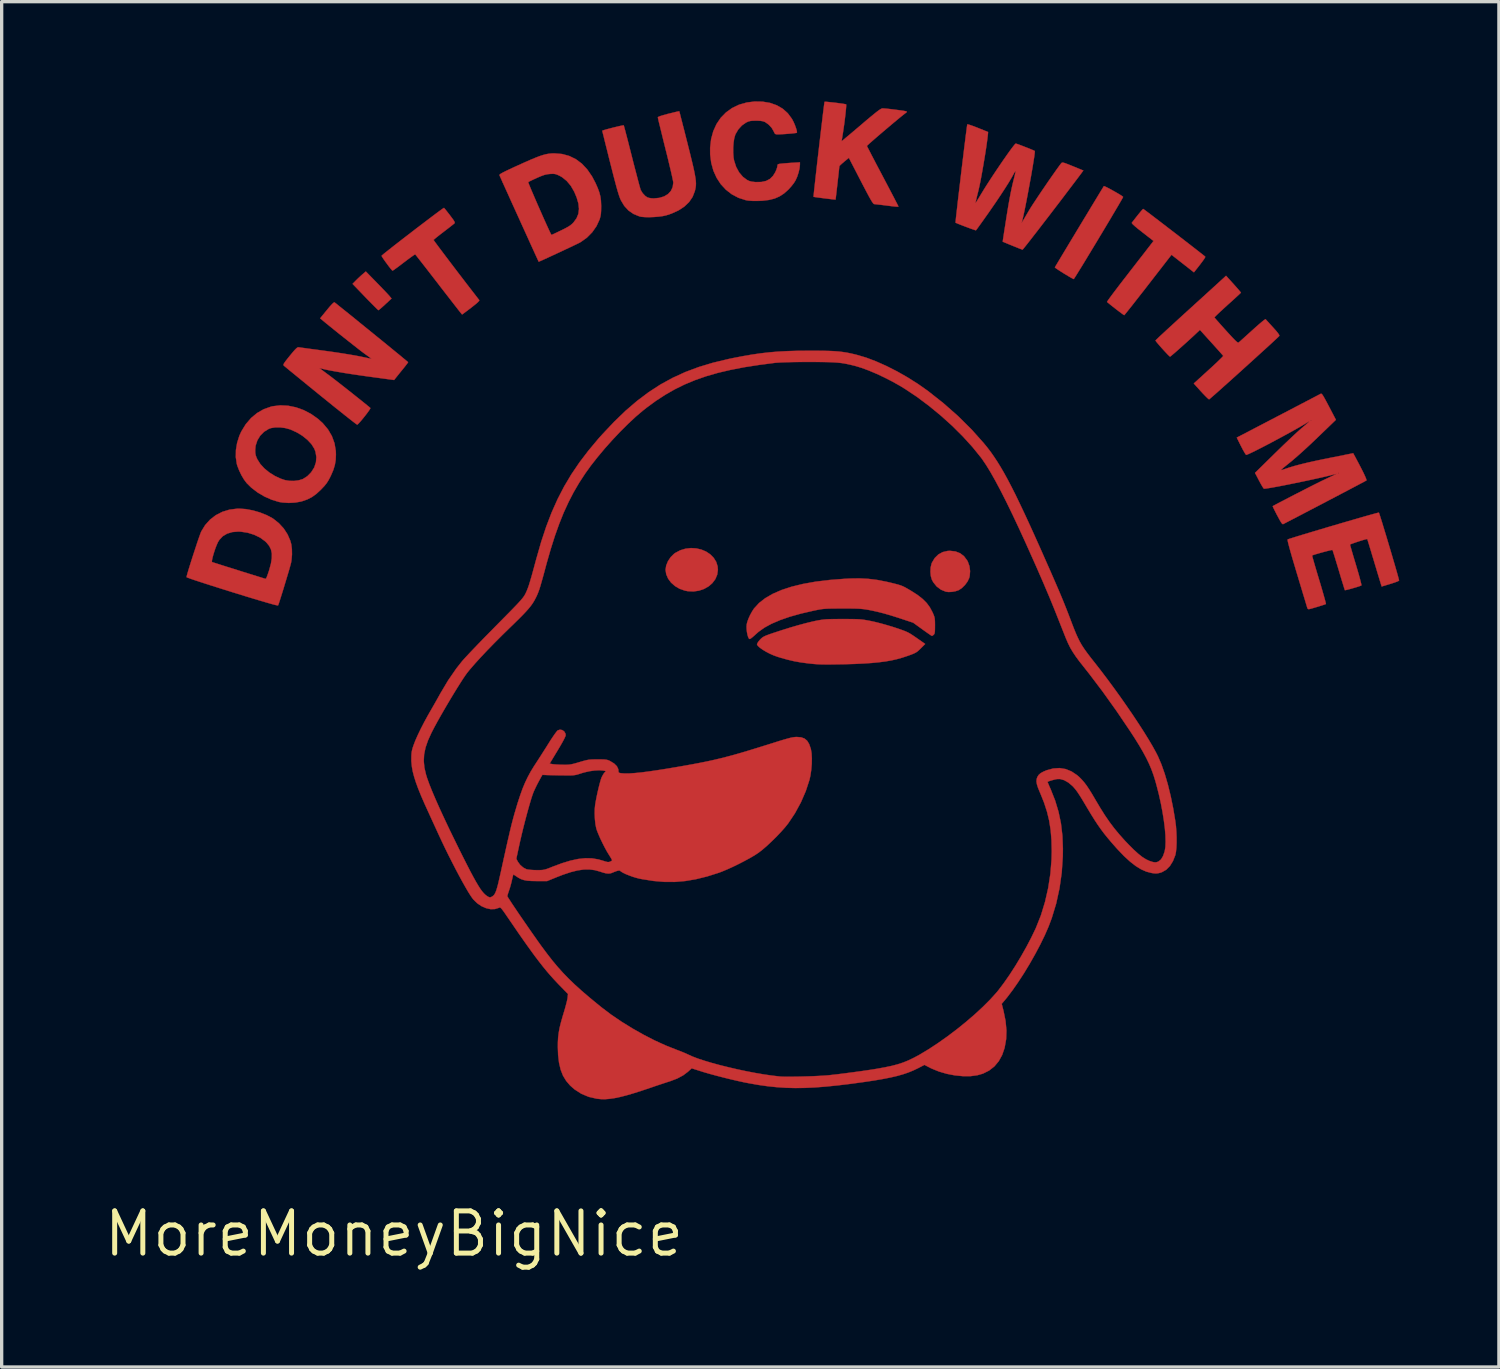
<source format=kicad_pcb>
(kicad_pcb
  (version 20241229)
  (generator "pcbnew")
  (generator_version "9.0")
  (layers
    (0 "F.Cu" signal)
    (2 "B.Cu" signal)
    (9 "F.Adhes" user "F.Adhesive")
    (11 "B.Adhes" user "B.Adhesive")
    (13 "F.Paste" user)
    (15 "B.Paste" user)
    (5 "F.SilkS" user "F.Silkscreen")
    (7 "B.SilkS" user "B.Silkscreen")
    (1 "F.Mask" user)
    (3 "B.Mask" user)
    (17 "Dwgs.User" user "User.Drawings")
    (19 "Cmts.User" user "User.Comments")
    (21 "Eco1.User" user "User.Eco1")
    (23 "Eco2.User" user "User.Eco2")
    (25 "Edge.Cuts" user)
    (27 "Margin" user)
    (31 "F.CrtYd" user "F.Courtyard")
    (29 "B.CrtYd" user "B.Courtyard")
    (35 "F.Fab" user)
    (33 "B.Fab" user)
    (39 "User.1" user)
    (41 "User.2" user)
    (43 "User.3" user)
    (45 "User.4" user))
  (footprint "MoreMoneyBigNice"
    (layer "F.Cu")
    (at 8.807 34.077)
    (property "Reference" "MoreMoneyBigNice" (at 0 0 0) (layer "F.SilkS") (effects (font (size 1.27 1.27) (thickness 0.15))))
    (attr through_hole)
    (fp_poly (pts (xy -0.523 -28.624) (xy -0.423 -28.521) (xy -0.33 -28.425) (xy -0.249 -28.34) (xy -0.185 -28.272) (xy -0.144 -28.227) (xy -0.136 -28.217) (xy -0.076 -28.145) (xy -0.265 -27.969) (xy -0.339 -27.902) (xy -0.402 -27.846) (xy -0.448 -27.808) (xy -0.469 -27.793) (xy -0.469 -27.792) (xy -0.487 -27.807) (xy -0.53 -27.848) (xy -0.595 -27.912) (xy -0.676 -27.994) (xy -0.771 -28.09) (xy -0.866 -28.188) (xy -1.248 -28.585) (xy -1.148 -28.687) (xy -1.076 -28.758) (xy -0.997 -28.831) (xy -0.948 -28.874) (xy -0.849 -28.958) (xy -0.523 -28.624)) (stroke (width 0.01) (type solid)) (fill yes) (layer "F.Cu"))
    (fp_poly (pts (xy 9.096 -20.625) (xy 9.25 -20.589) (xy 9.391 -20.529) (xy 9.515 -20.446) (xy 9.617 -20.343) (xy 9.693 -20.222) (xy 9.736 -20.085) (xy 9.745 -19.982) (xy 9.724 -19.835) (xy 9.668 -19.701) (xy 9.579 -19.582) (xy 9.465 -19.483) (xy 9.329 -19.406) (xy 9.176 -19.354) (xy 9.011 -19.33) (xy 8.839 -19.338) (xy 8.752 -19.355) (xy 8.594 -19.41) (xy 8.454 -19.492) (xy 8.336 -19.596) (xy 8.247 -19.716) (xy 8.19 -19.848) (xy 8.17 -19.981) (xy 8.189 -20.11) (xy 8.243 -20.241) (xy 8.324 -20.362) (xy 8.426 -20.463) (xy 8.461 -20.488) (xy 8.613 -20.569) (xy 8.773 -20.617) (xy 8.936 -20.635) (xy 9.096 -20.625)) (stroke (width 0.01) (type solid)) (fill yes) (layer "F.Cu"))
    (fp_poly (pts (xy 16.893 -20.534) (xy 17.033 -20.48) (xy 17.15 -20.39) (xy 17.245 -20.264) (xy 17.266 -20.225) (xy 17.314 -20.091) (xy 17.333 -19.943) (xy 17.322 -19.797) (xy 17.305 -19.731) (xy 17.255 -19.627) (xy 17.178 -19.523) (xy 17.086 -19.433) (xy 16.992 -19.37) (xy 16.991 -19.37) (xy 16.898 -19.338) (xy 16.789 -19.318) (xy 16.682 -19.313) (xy 16.605 -19.323) (xy 16.458 -19.383) (xy 16.33 -19.478) (xy 16.228 -19.604) (xy 16.184 -19.684) (xy 16.152 -19.793) (xy 16.14 -19.921) (xy 16.147 -20.053) (xy 16.175 -20.169) (xy 16.185 -20.194) (xy 16.269 -20.335) (xy 16.378 -20.442) (xy 16.508 -20.514) (xy 16.659 -20.549) (xy 16.731 -20.552) (xy 16.893 -20.534)) (stroke (width 0.01) (type solid)) (fill yes) (layer "F.Cu"))
    (fp_poly (pts (xy 21.38 -31.521) (xy 21.431 -31.498) (xy 21.502 -31.462) (xy 21.586 -31.417) (xy 21.675 -31.367) (xy 21.762 -31.317) (xy 21.84 -31.271) (xy 21.899 -31.233) (xy 21.933 -31.207) (xy 21.938 -31.202) (xy 21.929 -31.182) (xy 21.9 -31.129) (xy 21.853 -31.048) (xy 21.791 -30.941) (xy 21.715 -30.813) (xy 21.628 -30.666) (xy 21.533 -30.505) (xy 21.43 -30.333) (xy 21.323 -30.154) (xy 21.213 -29.971) (xy 21.103 -29.788) (xy 20.994 -29.608) (xy 20.89 -29.436) (xy 20.792 -29.274) (xy 20.702 -29.126) (xy 20.622 -28.997) (xy 20.555 -28.889) (xy 20.503 -28.806) (xy 20.468 -28.752) (xy 20.453 -28.73) (xy 20.452 -28.73) (xy 20.43 -28.739) (xy 20.378 -28.767) (xy 20.303 -28.81) (xy 20.212 -28.865) (xy 20.157 -28.898) (xy 20.062 -28.958) (xy 19.982 -29.01) (xy 19.922 -29.051) (xy 19.889 -29.076) (xy 19.885 -29.082) (xy 19.903 -29.113) (xy 19.939 -29.174) (xy 19.993 -29.264) (xy 20.061 -29.378) (xy 20.142 -29.513) (xy 20.233 -29.664) (xy 20.332 -29.829) (xy 20.437 -30.003) (xy 20.546 -30.184) (xy 20.656 -30.367) (xy 20.766 -30.548) (xy 20.873 -30.725) (xy 20.974 -30.893) (xy 21.068 -31.048) (xy 21.153 -31.188) (xy 21.226 -31.309) (xy 21.285 -31.406) (xy 21.329 -31.477) (xy 21.353 -31.517) (xy 21.359 -31.526) (xy 21.38 -31.521)) (stroke (width 0.01) (type solid)) (fill yes) (layer "F.Cu"))
    (fp_poly (pts (xy 22.562 -30.827) (xy 22.61 -30.792) (xy 22.684 -30.736) (xy 22.781 -30.663) (xy 22.896 -30.575) (xy 23.027 -30.475) (xy 23.168 -30.367) (xy 23.317 -30.252) (xy 23.47 -30.135) (xy 23.623 -30.017) (xy 23.773 -29.901) (xy 23.915 -29.791) (xy 24.047 -29.689) (xy 24.164 -29.598) (xy 24.262 -29.521) (xy 24.339 -29.461) (xy 24.39 -29.42) (xy 24.41 -29.403) (xy 24.405 -29.383) (xy 24.376 -29.334) (xy 24.321 -29.257) (xy 24.24 -29.15) (xy 24.132 -29.012) (xy 24.115 -28.991) (xy 24.069 -28.933) (xy 23.731 -29.197) (xy 23.394 -29.461) (xy 22.689 -28.552) (xy 22.557 -28.381) (xy 22.431 -28.221) (xy 22.316 -28.074) (xy 22.214 -27.943) (xy 22.126 -27.833) (xy 22.056 -27.745) (xy 22.005 -27.682) (xy 21.977 -27.649) (xy 21.971 -27.644) (xy 21.95 -27.656) (xy 21.903 -27.69) (xy 21.834 -27.741) (xy 21.751 -27.804) (xy 21.711 -27.835) (xy 21.623 -27.904) (xy 21.548 -27.964) (xy 21.491 -28.01) (xy 21.459 -28.038) (xy 21.454 -28.043) (xy 21.465 -28.062) (xy 21.499 -28.112) (xy 21.554 -28.188) (xy 21.627 -28.286) (xy 21.717 -28.405) (xy 21.819 -28.54) (xy 21.933 -28.688) (xy 22.027 -28.809) (xy 22.152 -28.971) (xy 22.274 -29.128) (xy 22.389 -29.277) (xy 22.494 -29.411) (xy 22.585 -29.528) (xy 22.658 -29.623) (xy 22.711 -29.692) (xy 22.732 -29.718) (xy 22.854 -29.877) (xy 22.518 -30.138) (xy 22.388 -30.24) (xy 22.293 -30.32) (xy 22.231 -30.376) (xy 22.202 -30.412) (xy 22.2 -30.424) (xy 22.312 -30.568) (xy 22.403 -30.683) (xy 22.473 -30.767) (xy 22.519 -30.82) (xy 22.542 -30.84) (xy 22.543 -30.84) (xy 22.562 -30.827)) (stroke (width 0.01) (type solid)) (fill yes) (layer "F.Cu"))
    (fp_poly (pts (xy 13.673 -18.499) (xy 13.807 -18.498) (xy 13.915 -18.496) (xy 14.004 -18.492) (xy 14.083 -18.484) (xy 14.159 -18.474) (xy 14.24 -18.46) (xy 14.334 -18.442) (xy 14.364 -18.436) (xy 14.493 -18.407) (xy 14.647 -18.368) (xy 14.812 -18.322) (xy 14.973 -18.274) (xy 15.071 -18.243) (xy 15.208 -18.197) (xy 15.313 -18.16) (xy 15.397 -18.127) (xy 15.467 -18.095) (xy 15.533 -18.058) (xy 15.605 -18.012) (xy 15.69 -17.954) (xy 15.722 -17.932) (xy 15.982 -17.75) (xy 15.849 -17.617) (xy 15.793 -17.563) (xy 15.746 -17.522) (xy 15.697 -17.49) (xy 15.636 -17.46) (xy 15.556 -17.428) (xy 15.444 -17.388) (xy 15.441 -17.387) (xy 15.286 -17.336) (xy 15.128 -17.292) (xy 14.963 -17.255) (xy 14.785 -17.224) (xy 14.59 -17.199) (xy 14.374 -17.178) (xy 14.132 -17.162) (xy 13.86 -17.149) (xy 13.552 -17.14) (xy 13.367 -17.137) (xy 13.172 -17.134) (xy 13.011 -17.133) (xy 12.875 -17.135) (xy 12.755 -17.139) (xy 12.643 -17.147) (xy 12.53 -17.158) (xy 12.467 -17.165) (xy 12.24 -17.195) (xy 12.035 -17.232) (xy 11.835 -17.279) (xy 11.621 -17.339) (xy 11.532 -17.367) (xy 11.419 -17.408) (xy 11.304 -17.459) (xy 11.193 -17.517) (xy 11.092 -17.578) (xy 11.01 -17.636) (xy 10.951 -17.688) (xy 10.923 -17.731) (xy 10.922 -17.739) (xy 10.936 -17.777) (xy 10.972 -17.831) (xy 11.014 -17.88) (xy 11.053 -17.919) (xy 11.092 -17.95) (xy 11.138 -17.977) (xy 11.2 -18.005) (xy 11.286 -18.037) (xy 11.404 -18.078) (xy 11.411 -18.08) (xy 11.671 -18.165) (xy 11.927 -18.245) (xy 12.171 -18.316) (xy 12.395 -18.376) (xy 12.592 -18.424) (xy 12.688 -18.445) (xy 12.776 -18.462) (xy 12.853 -18.475) (xy 12.928 -18.485) (xy 13.007 -18.492) (xy 13.099 -18.496) (xy 13.211 -18.498) (xy 13.351 -18.499) (xy 13.504 -18.5) (xy 13.673 -18.499)) (stroke (width 0.01) (type solid)) (fill yes) (layer "F.Cu"))
    (fp_poly (pts (xy -3.188 -24.918) (xy -2.952 -24.87) (xy -2.72 -24.787) (xy -2.498 -24.671) (xy -2.29 -24.524) (xy -2.145 -24.393) (xy -1.988 -24.206) (xy -1.87 -24.004) (xy -1.791 -23.787) (xy -1.753 -23.558) (xy -1.749 -23.453) (xy -1.756 -23.288) (xy -1.781 -23.138) (xy -1.826 -22.988) (xy -1.896 -22.825) (xy -1.92 -22.775) (xy -1.975 -22.672) (xy -2.03 -22.586) (xy -2.095 -22.505) (xy -2.18 -22.415) (xy -2.201 -22.393) (xy -2.338 -22.266) (xy -2.47 -22.171) (xy -2.608 -22.1) (xy -2.763 -22.046) (xy -2.807 -22.034) (xy -2.979 -22.004) (xy -3.168 -21.994) (xy -3.354 -22.006) (xy -3.461 -22.023) (xy -3.681 -22.09) (xy -3.902 -22.188) (xy -4.111 -22.312) (xy -4.299 -22.457) (xy -4.434 -22.59) (xy -4.513 -22.696) (xy -4.592 -22.828) (xy -4.661 -22.972) (xy -4.715 -23.111) (xy -4.731 -23.166) (xy -4.761 -23.367) (xy -4.758 -23.581) (xy -4.757 -23.589) (xy -4.178 -23.589) (xy -4.176 -23.499) (xy -4.163 -23.427) (xy -4.136 -23.353) (xy -4.11 -23.299) (xy -4.024 -23.164) (xy -3.903 -23.032) (xy -3.755 -22.911) (xy -3.588 -22.806) (xy -3.41 -22.723) (xy -3.281 -22.68) (xy -3.148 -22.658) (xy -3.004 -22.656) (xy -2.865 -22.675) (xy -2.747 -22.711) (xy -2.741 -22.714) (xy -2.608 -22.799) (xy -2.493 -22.916) (xy -2.402 -23.06) (xy -2.401 -23.062) (xy -2.35 -23.214) (xy -2.337 -23.373) (xy -2.363 -23.531) (xy -2.399 -23.626) (xy -2.485 -23.763) (xy -2.608 -23.894) (xy -2.759 -24.015) (xy -2.933 -24.12) (xy -3.122 -24.205) (xy -3.137 -24.21) (xy -3.279 -24.248) (xy -3.429 -24.267) (xy -3.575 -24.267) (xy -3.703 -24.246) (xy -3.77 -24.222) (xy -3.912 -24.134) (xy -4.028 -24.017) (xy -4.113 -23.876) (xy -4.165 -23.718) (xy -4.178 -23.589) (xy -4.757 -23.589) (xy -4.722 -23.8) (xy -4.655 -24.013) (xy -4.594 -24.147) (xy -4.46 -24.365) (xy -4.301 -24.549) (xy -4.121 -24.699) (xy -3.92 -24.814) (xy -3.701 -24.891) (xy -3.649 -24.903) (xy -3.422 -24.93) (xy -3.188 -24.918)) (stroke (width 0.01) (type solid)) (fill yes) (layer "F.Cu"))
    (fp_poly (pts (xy 14.273 -19.709) (xy 14.54 -19.676) (xy 14.823 -19.621) (xy 14.931 -19.596) (xy 15.061 -19.564) (xy 15.161 -19.538) (xy 15.241 -19.513) (xy 15.311 -19.486) (xy 15.381 -19.451) (xy 15.462 -19.405) (xy 15.565 -19.344) (xy 15.572 -19.34) (xy 15.757 -19.221) (xy 15.906 -19.104) (xy 16.026 -18.984) (xy 16.122 -18.854) (xy 16.2 -18.708) (xy 16.203 -18.703) (xy 16.235 -18.629) (xy 16.257 -18.57) (xy 16.269 -18.513) (xy 16.275 -18.445) (xy 16.277 -18.354) (xy 16.277 -18.301) (xy 16.276 -18.194) (xy 16.273 -18.121) (xy 16.266 -18.074) (xy 16.253 -18.044) (xy 16.238 -18.027) (xy 16.204 -18) (xy 16.186 -17.992) (xy 16.165 -18.003) (xy 16.116 -18.036) (xy 16.045 -18.085) (xy 15.958 -18.147) (xy 15.896 -18.191) (xy 15.621 -18.39) (xy 15.171 -18.539) (xy 14.956 -18.607) (xy 14.745 -18.668) (xy 14.549 -18.718) (xy 14.395 -18.752) (xy 14.295 -18.772) (xy 14.21 -18.787) (xy 14.134 -18.798) (xy 14.057 -18.806) (xy 13.974 -18.812) (xy 13.875 -18.815) (xy 13.753 -18.817) (xy 13.601 -18.817) (xy 13.501 -18.817) (xy 13.33 -18.817) (xy 13.193 -18.816) (xy 13.084 -18.814) (xy 12.995 -18.81) (xy 12.918 -18.804) (xy 12.846 -18.795) (xy 12.772 -18.782) (xy 12.688 -18.765) (xy 12.621 -18.751) (xy 12.244 -18.664) (xy 11.909 -18.57) (xy 11.615 -18.468) (xy 11.36 -18.359) (xy 11.145 -18.242) (xy 10.969 -18.117) (xy 10.926 -18.079) (xy 10.836 -17.998) (xy 10.772 -17.943) (xy 10.729 -17.911) (xy 10.701 -17.899) (xy 10.683 -17.907) (xy 10.668 -17.931) (xy 10.654 -17.963) (xy 10.635 -18.027) (xy 10.618 -18.114) (xy 10.61 -18.193) (xy 10.607 -18.274) (xy 10.612 -18.34) (xy 10.629 -18.41) (xy 10.66 -18.498) (xy 10.666 -18.513) (xy 10.714 -18.619) (xy 10.774 -18.728) (xy 10.834 -18.82) (xy 10.835 -18.82) (xy 10.983 -18.982) (xy 11.17 -19.128) (xy 11.397 -19.259) (xy 11.661 -19.374) (xy 11.964 -19.473) (xy 12.305 -19.556) (xy 12.684 -19.624) (xy 13.1 -19.675) (xy 13.553 -19.71) (xy 13.727 -19.719) (xy 14.007 -19.723) (xy 14.273 -19.709)) (stroke (width 0.01) (type solid)) (fill yes) (layer "F.Cu"))
    (fp_poly (pts (xy 1.503 -30.872) (xy 1.521 -30.852) (xy 1.56 -30.805) (xy 1.613 -30.738) (xy 1.675 -30.658) (xy 1.683 -30.648) (xy 1.751 -30.557) (xy 1.796 -30.494) (xy 1.82 -30.451) (xy 1.826 -30.424) (xy 1.819 -30.408) (xy 1.818 -30.406) (xy 1.792 -30.385) (xy 1.739 -30.343) (xy 1.664 -30.284) (xy 1.573 -30.214) (xy 1.492 -30.152) (xy 1.396 -30.078) (xy 1.312 -30.012) (xy 1.246 -29.958) (xy 1.203 -29.922) (xy 1.189 -29.908) (xy 1.201 -29.889) (xy 1.235 -29.84) (xy 1.291 -29.765) (xy 1.363 -29.668) (xy 1.451 -29.551) (xy 1.551 -29.418) (xy 1.66 -29.274) (xy 1.776 -29.121) (xy 1.896 -28.963) (xy 2.018 -28.804) (xy 2.138 -28.647) (xy 2.254 -28.496) (xy 2.363 -28.355) (xy 2.462 -28.227) (xy 2.549 -28.115) (xy 2.565 -28.096) (xy 2.559 -28.074) (xy 2.522 -28.034) (xy 2.452 -27.973) (xy 2.348 -27.89) (xy 2.32 -27.868) (xy 2.229 -27.799) (xy 2.151 -27.74) (xy 2.091 -27.695) (xy 2.055 -27.669) (xy 2.047 -27.665) (xy 2.033 -27.681) (xy 1.995 -27.728) (xy 1.936 -27.802) (xy 1.859 -27.901) (xy 1.766 -28.021) (xy 1.659 -28.159) (xy 1.54 -28.312) (xy 1.412 -28.477) (xy 1.345 -28.565) (xy 1.213 -28.735) (xy 1.089 -28.896) (xy 0.975 -29.043) (xy 0.874 -29.173) (xy 0.787 -29.284) (xy 0.718 -29.372) (xy 0.669 -29.435) (xy 0.642 -29.468) (xy 0.637 -29.473) (xy 0.617 -29.464) (xy 0.568 -29.432) (xy 0.497 -29.381) (xy 0.409 -29.316) (xy 0.308 -29.24) (xy 0.295 -29.23) (xy 0.194 -29.153) (xy 0.104 -29.085) (xy 0.03 -29.032) (xy -0.021 -28.996) (xy -0.045 -28.983) (xy -0.046 -28.983) (xy -0.067 -29.002) (xy -0.106 -29.048) (xy -0.156 -29.112) (xy -0.211 -29.186) (xy -0.267 -29.262) (xy -0.316 -29.332) (xy -0.354 -29.389) (xy -0.373 -29.424) (xy -0.375 -29.431) (xy -0.356 -29.448) (xy -0.309 -29.489) (xy -0.235 -29.548) (xy -0.138 -29.625) (xy -0.023 -29.716) (xy 0.107 -29.817) (xy 0.248 -29.927) (xy 0.398 -30.042) (xy 0.551 -30.16) (xy 0.704 -30.278) (xy 0.855 -30.392) (xy 0.998 -30.501) (xy 1.13 -30.601) (xy 1.248 -30.69) (xy 1.348 -30.764) (xy 1.426 -30.821) (xy 1.479 -30.858) (xy 1.502 -30.872) (xy 1.503 -30.872)) (stroke (width 0.01) (type solid)) (fill yes) (layer "F.Cu"))
    (fp_poly (pts (xy 11.091 -34.068) (xy 11.315 -34.03) (xy 11.516 -33.959) (xy 11.694 -33.856) (xy 11.846 -33.721) (xy 11.969 -33.556) (xy 11.988 -33.522) (xy 12.027 -33.446) (xy 12.063 -33.361) (xy 12.093 -33.278) (xy 12.115 -33.205) (xy 12.124 -33.153) (xy 12.121 -33.132) (xy 12.096 -33.126) (xy 12.039 -33.119) (xy 11.958 -33.11) (xy 11.862 -33.102) (xy 11.762 -33.094) (xy 11.666 -33.089) (xy 11.583 -33.085) (xy 11.557 -33.085) (xy 11.498 -33.086) (xy 11.465 -33.1) (xy 11.441 -33.136) (xy 11.424 -33.176) (xy 11.362 -33.282) (xy 11.272 -33.379) (xy 11.169 -33.452) (xy 11.158 -33.458) (xy 11.1 -33.479) (xy 11.026 -33.491) (xy 10.923 -33.496) (xy 10.89 -33.496) (xy 10.792 -33.494) (xy 10.721 -33.487) (xy 10.664 -33.472) (xy 10.606 -33.446) (xy 10.591 -33.439) (xy 10.466 -33.351) (xy 10.358 -33.232) (xy 10.277 -33.093) (xy 10.266 -33.068) (xy 10.236 -32.964) (xy 10.216 -32.831) (xy 10.205 -32.683) (xy 10.205 -32.532) (xy 10.215 -32.391) (xy 10.232 -32.295) (xy 10.294 -32.104) (xy 10.383 -31.94) (xy 10.497 -31.806) (xy 10.621 -31.713) (xy 10.688 -31.681) (xy 10.762 -31.661) (xy 10.858 -31.65) (xy 10.883 -31.648) (xy 11.053 -31.651) (xy 11.195 -31.682) (xy 11.311 -31.743) (xy 11.404 -31.836) (xy 11.47 -31.942) (xy 11.504 -32.018) (xy 11.527 -32.087) (xy 11.536 -32.132) (xy 11.539 -32.166) (xy 11.556 -32.185) (xy 11.598 -32.196) (xy 11.647 -32.202) (xy 11.716 -32.209) (xy 11.813 -32.217) (xy 11.921 -32.225) (xy 11.986 -32.229) (xy 12.213 -32.243) (xy 12.213 -32.171) (xy 12.202 -32.065) (xy 12.173 -31.939) (xy 12.131 -31.811) (xy 12.081 -31.699) (xy 12.03 -31.618) (xy 11.958 -31.525) (xy 11.878 -31.435) (xy 11.865 -31.422) (xy 11.734 -31.305) (xy 11.598 -31.217) (xy 11.451 -31.153) (xy 11.283 -31.111) (xy 11.086 -31.087) (xy 10.975 -31.082) (xy 10.801 -31.081) (xy 10.663 -31.091) (xy 10.586 -31.104) (xy 10.364 -31.175) (xy 10.163 -31.281) (xy 9.985 -31.419) (xy 9.832 -31.585) (xy 9.706 -31.778) (xy 9.609 -31.993) (xy 9.544 -32.229) (xy 9.512 -32.481) (xy 9.511 -32.681) (xy 9.541 -32.942) (xy 9.606 -33.18) (xy 9.704 -33.395) (xy 9.832 -33.584) (xy 9.99 -33.745) (xy 10.174 -33.877) (xy 10.383 -33.977) (xy 10.616 -34.043) (xy 10.848 -34.072) (xy 11.091 -34.068)) (stroke (width 0.01) (type solid)) (fill yes) (layer "F.Cu"))
    (fp_poly (pts (xy -4.459 -21.808) (xy -4.247 -21.768) (xy -4.033 -21.706) (xy -3.832 -21.626) (xy -3.656 -21.532) (xy -3.632 -21.516) (xy -3.465 -21.383) (xy -3.32 -21.225) (xy -3.205 -21.048) (xy -3.123 -20.86) (xy -3.092 -20.748) (xy -3.074 -20.603) (xy -3.071 -20.44) (xy -3.085 -20.278) (xy -3.099 -20.193) (xy -3.112 -20.143) (xy -3.134 -20.063) (xy -3.164 -19.957) (xy -3.201 -19.833) (xy -3.242 -19.697) (xy -3.285 -19.554) (xy -3.328 -19.411) (xy -3.37 -19.275) (xy -3.409 -19.152) (xy -3.442 -19.047) (xy -3.468 -18.968) (xy -3.486 -18.92) (xy -3.49 -18.91) (xy -3.512 -18.911) (xy -3.573 -18.924) (xy -3.673 -18.95) (xy -3.812 -18.99) (xy -3.99 -19.042) (xy -4.208 -19.107) (xy -4.465 -19.185) (xy -4.762 -19.277) (xy -4.874 -19.311) (xy -5.113 -19.386) (xy -5.337 -19.457) (xy -5.543 -19.522) (xy -5.729 -19.582) (xy -5.891 -19.635) (xy -6.027 -19.68) (xy -6.132 -19.716) (xy -6.204 -19.743) (xy -6.24 -19.758) (xy -6.244 -19.761) (xy -6.238 -19.794) (xy -6.22 -19.861) (xy -6.192 -19.956) (xy -6.156 -20.074) (xy -6.114 -20.207) (xy -6.106 -20.232) (xy -5.482 -20.232) (xy -5.477 -20.215) (xy -5.444 -20.204) (xy -5.377 -20.182) (xy -5.281 -20.152) (xy -5.163 -20.114) (xy -5.027 -20.071) (xy -4.878 -20.025) (xy -4.723 -19.976) (xy -4.566 -19.926) (xy -4.412 -19.878) (xy -4.267 -19.833) (xy -4.136 -19.792) (xy -4.025 -19.758) (xy -3.939 -19.731) (xy -3.882 -19.714) (xy -3.861 -19.709) (xy -3.847 -19.727) (xy -3.824 -19.778) (xy -3.796 -19.856) (xy -3.764 -19.951) (xy -3.756 -19.976) (xy -3.704 -20.169) (xy -3.678 -20.332) (xy -3.677 -20.472) (xy -3.703 -20.593) (xy -3.756 -20.7) (xy -3.837 -20.8) (xy -3.878 -20.839) (xy -4.03 -20.95) (xy -4.21 -21.037) (xy -4.407 -21.098) (xy -4.613 -21.129) (xy -4.688 -21.132) (xy -4.867 -21.117) (xy -5.023 -21.07) (xy -5.154 -20.992) (xy -5.256 -20.883) (xy -5.301 -20.81) (xy -5.334 -20.735) (xy -5.37 -20.645) (xy -5.404 -20.546) (xy -5.435 -20.447) (xy -5.46 -20.356) (xy -5.476 -20.282) (xy -5.482 -20.232) (xy -6.106 -20.232) (xy -6.069 -20.35) (xy -6.021 -20.498) (xy -5.973 -20.643) (xy -5.928 -20.781) (xy -5.886 -20.905) (xy -5.849 -21.009) (xy -5.821 -21.087) (xy -5.802 -21.133) (xy -5.801 -21.135) (xy -5.683 -21.328) (xy -5.535 -21.492) (xy -5.361 -21.626) (xy -5.165 -21.726) (xy -4.949 -21.792) (xy -4.717 -21.821) (xy -4.657 -21.822) (xy -4.459 -21.808)) (stroke (width 0.01) (type solid)) (fill yes) (layer "F.Cu"))
    (fp_poly (pts (xy 8.588 -33.757) (xy 8.604 -33.699) (xy 8.627 -33.607) (xy 8.658 -33.487) (xy 8.695 -33.342) (xy 8.738 -33.176) (xy 8.784 -32.992) (xy 8.834 -32.796) (xy 8.834 -32.794) (xy 8.897 -32.545) (xy 8.949 -32.332) (xy 8.992 -32.153) (xy 9.026 -32.002) (xy 9.051 -31.876) (xy 9.069 -31.771) (xy 9.08 -31.683) (xy 9.084 -31.609) (xy 9.082 -31.543) (xy 9.074 -31.482) (xy 9.062 -31.422) (xy 9.05 -31.374) (xy 8.983 -31.202) (xy 8.878 -31.048) (xy 8.736 -30.912) (xy 8.559 -30.796) (xy 8.347 -30.7) (xy 8.191 -30.648) (xy 8.087 -30.625) (xy 7.959 -30.608) (xy 7.82 -30.597) (xy 7.68 -30.592) (xy 7.551 -30.594) (xy 7.444 -30.603) (xy 7.387 -30.615) (xy 7.209 -30.687) (xy 7.056 -30.792) (xy 6.928 -30.931) (xy 6.829 -31.096) (xy 6.807 -31.144) (xy 6.783 -31.206) (xy 6.757 -31.284) (xy 6.727 -31.383) (xy 6.692 -31.506) (xy 6.652 -31.657) (xy 6.604 -31.839) (xy 6.549 -32.057) (xy 6.508 -32.216) (xy 6.459 -32.411) (xy 6.414 -32.594) (xy 6.372 -32.759) (xy 6.336 -32.904) (xy 6.307 -33.023) (xy 6.284 -33.114) (xy 6.27 -33.172) (xy 6.266 -33.192) (xy 6.285 -33.202) (xy 6.337 -33.218) (xy 6.413 -33.24) (xy 6.505 -33.264) (xy 6.604 -33.29) (xy 6.701 -33.313) (xy 6.789 -33.334) (xy 6.859 -33.348) (xy 6.902 -33.355) (xy 6.911 -33.355) (xy 6.918 -33.333) (xy 6.934 -33.274) (xy 6.959 -33.183) (xy 6.99 -33.063) (xy 7.028 -32.918) (xy 7.07 -32.753) (xy 7.116 -32.572) (xy 7.156 -32.415) (xy 7.205 -32.221) (xy 7.253 -32.037) (xy 7.297 -31.869) (xy 7.336 -31.719) (xy 7.369 -31.594) (xy 7.396 -31.498) (xy 7.414 -31.434) (xy 7.422 -31.411) (xy 7.479 -31.316) (xy 7.558 -31.232) (xy 7.624 -31.187) (xy 7.677 -31.171) (xy 7.753 -31.16) (xy 7.816 -31.157) (xy 7.984 -31.173) (xy 8.127 -31.217) (xy 8.244 -31.287) (xy 8.331 -31.382) (xy 8.385 -31.499) (xy 8.403 -31.631) (xy 8.398 -31.667) (xy 8.384 -31.74) (xy 8.361 -31.845) (xy 8.331 -31.977) (xy 8.294 -32.132) (xy 8.253 -32.305) (xy 8.207 -32.492) (xy 8.17 -32.639) (xy 8.122 -32.831) (xy 8.078 -33.011) (xy 8.038 -33.175) (xy 8.003 -33.317) (xy 7.974 -33.435) (xy 7.953 -33.524) (xy 7.941 -33.579) (xy 7.938 -33.596) (xy 7.958 -33.613) (xy 8.017 -33.636) (xy 8.112 -33.665) (xy 8.239 -33.7) (xy 8.257 -33.704) (xy 8.367 -33.731) (xy 8.461 -33.754) (xy 8.532 -33.77) (xy 8.574 -33.778) (xy 8.582 -33.778) (xy 8.588 -33.757)) (stroke (width 0.01) (type solid)) (fill yes) (layer "F.Cu"))
    (fp_poly (pts (xy 5.056 -32.493) (xy 5.271 -32.434) (xy 5.469 -32.338) (xy 5.65 -32.203) (xy 5.813 -32.029) (xy 5.958 -31.818) (xy 6.062 -31.62) (xy 6.13 -31.466) (xy 6.178 -31.334) (xy 6.209 -31.213) (xy 6.226 -31.088) (xy 6.232 -30.947) (xy 6.232 -30.903) (xy 6.23 -30.783) (xy 6.224 -30.692) (xy 6.211 -30.616) (xy 6.191 -30.544) (xy 6.184 -30.522) (xy 6.091 -30.321) (xy 5.962 -30.137) (xy 5.803 -29.976) (xy 5.617 -29.844) (xy 5.596 -29.832) (xy 5.556 -29.811) (xy 5.486 -29.777) (xy 5.392 -29.732) (xy 5.28 -29.679) (xy 5.154 -29.62) (xy 5.022 -29.557) (xy 4.887 -29.495) (xy 4.756 -29.434) (xy 4.635 -29.378) (xy 4.528 -29.329) (xy 4.442 -29.29) (xy 4.382 -29.264) (xy 4.354 -29.253) (xy 4.352 -29.253) (xy 4.344 -29.271) (xy 4.319 -29.326) (xy 4.279 -29.412) (xy 4.226 -29.528) (xy 4.162 -29.669) (xy 4.087 -29.833) (xy 4.004 -30.017) (xy 3.913 -30.217) (xy 3.816 -30.43) (xy 3.768 -30.537) (xy 3.668 -30.757) (xy 3.573 -30.965) (xy 3.485 -31.16) (xy 3.405 -31.338) (xy 3.334 -31.494) (xy 3.274 -31.627) (xy 3.265 -31.647) (xy 4.037 -31.647) (xy 4.043 -31.626) (xy 4.064 -31.571) (xy 4.098 -31.488) (xy 4.143 -31.381) (xy 4.197 -31.255) (xy 4.257 -31.116) (xy 4.321 -30.968) (xy 4.388 -30.816) (xy 4.455 -30.665) (xy 4.519 -30.52) (xy 4.579 -30.387) (xy 4.633 -30.269) (xy 4.677 -30.173) (xy 4.711 -30.103) (xy 4.732 -30.064) (xy 4.737 -30.057) (xy 4.757 -30.066) (xy 4.808 -30.089) (xy 4.884 -30.125) (xy 4.977 -30.17) (xy 5.024 -30.192) (xy 5.143 -30.251) (xy 5.232 -30.3) (xy 5.299 -30.342) (xy 5.352 -30.385) (xy 5.4 -30.433) (xy 5.404 -30.438) (xy 5.493 -30.561) (xy 5.547 -30.694) (xy 5.565 -30.841) (xy 5.548 -31.003) (xy 5.495 -31.185) (xy 5.422 -31.358) (xy 5.319 -31.536) (xy 5.195 -31.684) (xy 5.054 -31.797) (xy 4.983 -31.837) (xy 4.907 -31.872) (xy 4.847 -31.891) (xy 4.785 -31.897) (xy 4.701 -31.894) (xy 4.694 -31.893) (xy 4.617 -31.885) (xy 4.544 -31.87) (xy 4.465 -31.844) (xy 4.366 -31.804) (xy 4.298 -31.774) (xy 4.204 -31.731) (xy 4.124 -31.693) (xy 4.066 -31.664) (xy 4.038 -31.648) (xy 4.037 -31.647) (xy 3.265 -31.647) (xy 3.227 -31.733) (xy 3.193 -31.808) (xy 3.175 -31.849) (xy 3.172 -31.856) (xy 3.174 -31.868) (xy 3.191 -31.886) (xy 3.227 -31.909) (xy 3.285 -31.941) (xy 3.369 -31.983) (xy 3.483 -32.037) (xy 3.629 -32.105) (xy 3.733 -32.152) (xy 3.939 -32.245) (xy 4.111 -32.321) (xy 4.256 -32.381) (xy 4.378 -32.428) (xy 4.482 -32.462) (xy 4.573 -32.486) (xy 4.656 -32.501) (xy 4.735 -32.509) (xy 4.817 -32.512) (xy 4.824 -32.512) (xy 5.056 -32.493)) (stroke (width 0.01) (type solid)) (fill yes) (layer "F.Cu"))
    (fp_poly (pts (xy 25.26 -28.581) (xy 25.336 -28.496) (xy 25.401 -28.422) (xy 25.45 -28.364) (xy 25.478 -28.329) (xy 25.483 -28.321) (xy 25.468 -28.305) (xy 25.425 -28.264) (xy 25.359 -28.203) (xy 25.274 -28.125) (xy 25.174 -28.034) (xy 25.081 -27.951) (xy 24.973 -27.852) (xy 24.876 -27.763) (xy 24.795 -27.687) (xy 24.733 -27.627) (xy 24.696 -27.589) (xy 24.686 -27.575) (xy 24.701 -27.556) (xy 24.741 -27.509) (xy 24.801 -27.441) (xy 24.878 -27.354) (xy 24.967 -27.255) (xy 25.037 -27.177) (xy 25.147 -27.057) (xy 25.232 -26.965) (xy 25.296 -26.899) (xy 25.343 -26.854) (xy 25.375 -26.829) (xy 25.398 -26.818) (xy 25.413 -26.82) (xy 25.417 -26.823) (xy 25.442 -26.844) (xy 25.493 -26.89) (xy 25.566 -26.955) (xy 25.656 -27.037) (xy 25.758 -27.129) (xy 25.831 -27.195) (xy 25.937 -27.29) (xy 26.032 -27.374) (xy 26.113 -27.442) (xy 26.175 -27.492) (xy 26.214 -27.519) (xy 26.224 -27.523) (xy 26.243 -27.502) (xy 26.285 -27.456) (xy 26.344 -27.391) (xy 26.416 -27.312) (xy 26.448 -27.277) (xy 26.535 -27.18) (xy 26.594 -27.108) (xy 26.628 -27.059) (xy 26.64 -27.029) (xy 26.637 -27.019) (xy 26.617 -26.998) (xy 26.568 -26.951) (xy 26.495 -26.883) (xy 26.4 -26.795) (xy 26.287 -26.691) (xy 26.158 -26.574) (xy 26.017 -26.446) (xy 25.868 -26.31) (xy 25.712 -26.169) (xy 25.554 -26.026) (xy 25.397 -25.884) (xy 25.243 -25.745) (xy 25.096 -25.613) (xy 24.959 -25.491) (xy 24.836 -25.38) (xy 24.728 -25.285) (xy 24.64 -25.208) (xy 24.575 -25.151) (xy 24.536 -25.118) (xy 24.525 -25.111) (xy 24.503 -25.124) (xy 24.459 -25.164) (xy 24.397 -25.226) (xy 24.324 -25.302) (xy 24.283 -25.347) (xy 24.065 -25.588) (xy 24.511 -25.994) (xy 24.626 -26.099) (xy 24.729 -26.195) (xy 24.817 -26.279) (xy 24.885 -26.346) (xy 24.931 -26.393) (xy 24.951 -26.416) (xy 24.951 -26.417) (xy 24.936 -26.437) (xy 24.896 -26.483) (xy 24.835 -26.552) (xy 24.758 -26.638) (xy 24.668 -26.738) (xy 24.597 -26.817) (xy 24.25 -27.201) (xy 24.163 -27.119) (xy 24.085 -27.045) (xy 23.994 -26.961) (xy 23.893 -26.869) (xy 23.789 -26.775) (xy 23.685 -26.682) (xy 23.588 -26.596) (xy 23.501 -26.519) (xy 23.429 -26.458) (xy 23.378 -26.415) (xy 23.352 -26.396) (xy 23.35 -26.395) (xy 23.331 -26.41) (xy 23.289 -26.45) (xy 23.233 -26.509) (xy 23.167 -26.58) (xy 23.098 -26.656) (xy 23.032 -26.731) (xy 22.976 -26.797) (xy 22.934 -26.848) (xy 22.914 -26.877) (xy 22.913 -26.88) (xy 22.928 -26.897) (xy 22.972 -26.94) (xy 23.041 -27.006) (xy 23.134 -27.092) (xy 23.246 -27.196) (xy 23.376 -27.315) (xy 23.52 -27.447) (xy 23.675 -27.589) (xy 23.77 -27.676) (xy 23.939 -27.829) (xy 24.104 -27.98) (xy 24.263 -28.124) (xy 24.41 -28.258) (xy 24.543 -28.379) (xy 24.657 -28.483) (xy 24.749 -28.567) (xy 24.815 -28.627) (xy 24.831 -28.642) (xy 25.035 -28.829) (xy 25.26 -28.581)) (stroke (width 0.01) (type solid)) (fill yes) (layer "F.Cu"))
    (fp_poly (pts (xy -1.792 -28.029) (xy -1.746 -27.994) (xy -1.675 -27.936) (xy -1.58 -27.86) (xy -1.465 -27.768) (xy -1.333 -27.662) (xy -1.188 -27.545) (xy -1.034 -27.419) (xy -0.872 -27.288) (xy -0.707 -27.154) (xy -0.541 -27.019) (xy -0.378 -26.887) (xy -0.222 -26.76) (xy -0.075 -26.64) (xy 0.059 -26.53) (xy 0.177 -26.434) (xy 0.275 -26.352) (xy 0.351 -26.289) (xy 0.402 -26.247) (xy 0.423 -26.229) (xy 0.423 -26.228) (xy 0.411 -26.208) (xy 0.376 -26.161) (xy 0.325 -26.095) (xy 0.262 -26.017) (xy 0.256 -26.009) (xy 0.187 -25.925) (xy 0.125 -25.847) (xy 0.075 -25.785) (xy 0.045 -25.748) (xy 0.002 -25.693) (xy -0.796 -25.801) (xy -1.036 -25.835) (xy -1.266 -25.869) (xy -1.484 -25.903) (xy -1.684 -25.937) (xy -1.861 -25.968) (xy -2.011 -25.997) (xy -2.129 -26.023) (xy -2.211 -26.044) (xy -2.222 -26.048) (xy -2.235 -26.052) (xy -2.242 -26.053) (xy -2.238 -26.048) (xy -2.22 -26.032) (xy -2.184 -26.004) (xy -2.125 -25.96) (xy -2.04 -25.896) (xy -1.926 -25.812) (xy -1.853 -25.756) (xy -1.757 -25.682) (xy -1.645 -25.595) (xy -1.52 -25.497) (xy -1.389 -25.394) (xy -1.255 -25.288) (xy -1.126 -25.185) (xy -1.005 -25.089) (xy -0.897 -25.002) (xy -0.809 -24.93) (xy -0.744 -24.877) (xy -0.712 -24.849) (xy -0.719 -24.828) (xy -0.747 -24.783) (xy -0.793 -24.719) (xy -0.849 -24.644) (xy -0.911 -24.566) (xy -0.973 -24.49) (xy -1.03 -24.424) (xy -1.076 -24.375) (xy -1.104 -24.35) (xy -1.109 -24.349) (xy -1.129 -24.361) (xy -1.179 -24.398) (xy -1.256 -24.457) (xy -1.358 -24.537) (xy -1.481 -24.634) (xy -1.623 -24.748) (xy -1.782 -24.874) (xy -1.953 -25.013) (xy -2.135 -25.16) (xy -2.211 -25.221) (xy -2.397 -25.373) (xy -2.574 -25.516) (xy -2.738 -25.651) (xy -2.888 -25.773) (xy -3.02 -25.881) (xy -3.132 -25.972) (xy -3.22 -26.045) (xy -3.282 -26.096) (xy -3.315 -26.124) (xy -3.319 -26.128) (xy -3.328 -26.143) (xy -3.324 -26.166) (xy -3.306 -26.201) (xy -3.269 -26.253) (xy -3.211 -26.328) (xy -3.135 -26.422) (xy -3.051 -26.524) (xy -2.988 -26.596) (xy -2.942 -26.643) (xy -2.909 -26.669) (xy -2.883 -26.678) (xy -2.873 -26.677) (xy -2.841 -26.673) (xy -2.773 -26.663) (xy -2.673 -26.65) (xy -2.547 -26.632) (xy -2.4 -26.613) (xy -2.237 -26.591) (xy -2.106 -26.573) (xy -1.916 -26.547) (xy -1.723 -26.519) (xy -1.534 -26.49) (xy -1.358 -26.461) (xy -1.204 -26.435) (xy -1.079 -26.412) (xy -1.038 -26.404) (xy -0.922 -26.38) (xy -0.821 -26.359) (xy -0.743 -26.343) (xy -0.694 -26.334) (xy -0.68 -26.331) (xy -0.693 -26.343) (xy -0.734 -26.373) (xy -0.795 -26.419) (xy -0.858 -26.464) (xy -0.917 -26.507) (xy -1.003 -26.572) (xy -1.111 -26.656) (xy -1.236 -26.754) (xy -1.373 -26.862) (xy -1.516 -26.975) (xy -1.661 -27.09) (xy -1.801 -27.203) (xy -1.931 -27.308) (xy -2.047 -27.402) (xy -2.134 -27.474) (xy -2.223 -27.549) (xy -2.02 -27.798) (xy -1.93 -27.906) (xy -1.862 -27.98) (xy -1.817 -28.021) (xy -1.793 -28.03) (xy -1.792 -28.029)) (stroke (width 0.01) (type solid)) (fill yes) (layer "F.Cu"))
    (fp_poly (pts (xy 13.036 -34.061) (xy 13.116 -34.053) (xy 13.212 -34.043) (xy 13.314 -34.031) (xy 13.412 -34.018) (xy 13.499 -34.006) (xy 13.565 -33.995) (xy 13.6 -33.988) (xy 13.604 -33.986) (xy 13.606 -33.961) (xy 13.603 -33.901) (xy 13.595 -33.812) (xy 13.584 -33.702) (xy 13.569 -33.577) (xy 13.553 -33.444) (xy 13.534 -33.31) (xy 13.515 -33.181) (xy 13.505 -33.115) (xy 13.49 -33.022) (xy 13.478 -32.946) (xy 13.471 -32.895) (xy 13.47 -32.879) (xy 13.486 -32.891) (xy 13.531 -32.928) (xy 13.6 -32.987) (xy 13.692 -33.063) (xy 13.8 -33.155) (xy 13.923 -33.259) (xy 14.055 -33.371) (xy 14.212 -33.505) (xy 14.341 -33.613) (xy 14.445 -33.698) (xy 14.526 -33.763) (xy 14.588 -33.809) (xy 14.635 -33.84) (xy 14.668 -33.858) (xy 14.693 -33.865) (xy 14.7 -33.866) (xy 14.753 -33.863) (xy 14.833 -33.856) (xy 14.931 -33.845) (xy 15.039 -33.832) (xy 15.147 -33.818) (xy 15.249 -33.805) (xy 15.334 -33.792) (xy 15.396 -33.781) (xy 15.424 -33.774) (xy 15.425 -33.773) (xy 15.425 -33.751) (xy 15.417 -33.744) (xy 15.38 -33.716) (xy 15.317 -33.667) (xy 15.234 -33.6) (xy 15.136 -33.519) (xy 15.025 -33.427) (xy 14.908 -33.328) (xy 14.787 -33.226) (xy 14.668 -33.125) (xy 14.555 -33.028) (xy 14.452 -32.939) (xy 14.363 -32.861) (xy 14.293 -32.799) (xy 14.247 -32.756) (xy 14.229 -32.736) (xy 14.228 -32.735) (xy 14.239 -32.712) (xy 14.268 -32.656) (xy 14.313 -32.569) (xy 14.371 -32.456) (xy 14.442 -32.321) (xy 14.522 -32.167) (xy 14.611 -31.999) (xy 14.706 -31.819) (xy 14.8 -31.64) (xy 14.888 -31.473) (xy 14.968 -31.32) (xy 15.038 -31.187) (xy 15.095 -31.076) (xy 15.139 -30.991) (xy 15.167 -30.936) (xy 15.176 -30.915) (xy 15.177 -30.915) (xy 15.172 -30.909) (xy 15.156 -30.907) (xy 15.123 -30.908) (xy 15.067 -30.913) (xy 14.983 -30.922) (xy 14.866 -30.937) (xy 14.785 -30.947) (xy 14.674 -30.961) (xy 14.576 -30.972) (xy 14.499 -30.981) (xy 14.453 -30.986) (xy 14.446 -30.986) (xy 14.431 -30.994) (xy 14.41 -31.018) (xy 14.38 -31.062) (xy 14.34 -31.128) (xy 14.289 -31.219) (xy 14.225 -31.339) (xy 14.145 -31.491) (xy 14.048 -31.677) (xy 14.045 -31.683) (xy 13.686 -32.378) (xy 13.542 -32.26) (xy 13.478 -32.205) (xy 13.428 -32.159) (xy 13.401 -32.128) (xy 13.399 -32.121) (xy 13.396 -32.095) (xy 13.39 -32.035) (xy 13.381 -31.948) (xy 13.369 -31.841) (xy 13.355 -31.721) (xy 13.341 -31.596) (xy 13.327 -31.472) (xy 13.314 -31.357) (xy 13.302 -31.257) (xy 13.293 -31.18) (xy 13.287 -31.133) (xy 13.285 -31.122) (xy 13.264 -31.123) (xy 13.21 -31.128) (xy 13.131 -31.137) (xy 13.036 -31.149) (xy 12.935 -31.161) (xy 12.835 -31.174) (xy 12.745 -31.186) (xy 12.675 -31.196) (xy 12.632 -31.203) (xy 12.623 -31.206) (xy 12.624 -31.227) (xy 12.63 -31.287) (xy 12.639 -31.38) (xy 12.653 -31.503) (xy 12.669 -31.651) (xy 12.688 -31.821) (xy 12.709 -32.007) (xy 12.731 -32.206) (xy 12.755 -32.413) (xy 12.78 -32.625) (xy 12.804 -32.837) (xy 12.829 -33.045) (xy 12.852 -33.245) (xy 12.875 -33.432) (xy 12.895 -33.603) (xy 12.913 -33.754) (xy 12.929 -33.879) (xy 12.941 -33.975) (xy 12.95 -34.038) (xy 12.955 -34.063) (xy 12.955 -34.064) (xy 12.979 -34.065) (xy 13.036 -34.061)) (stroke (width 0.01) (type solid)) (fill yes) (layer "F.Cu"))
    (fp_poly (pts (xy 29.643 -21.678) (xy 29.663 -21.618) (xy 29.692 -21.527) (xy 29.729 -21.41) (xy 29.771 -21.271) (xy 29.818 -21.116) (xy 29.869 -20.949) (xy 29.921 -20.774) (xy 29.974 -20.597) (xy 30.026 -20.422) (xy 30.075 -20.254) (xy 30.121 -20.098) (xy 30.161 -19.958) (xy 30.195 -19.839) (xy 30.22 -19.747) (xy 30.236 -19.685) (xy 30.242 -19.658) (xy 30.242 -19.658) (xy 30.219 -19.643) (xy 30.165 -19.62) (xy 30.085 -19.592) (xy 29.988 -19.56) (xy 29.976 -19.557) (xy 29.718 -19.479) (xy 29.656 -19.682) (xy 29.632 -19.762) (xy 29.598 -19.873) (xy 29.558 -20.007) (xy 29.513 -20.156) (xy 29.467 -20.31) (xy 29.441 -20.394) (xy 29.4 -20.533) (xy 29.362 -20.658) (xy 29.33 -20.764) (xy 29.305 -20.844) (xy 29.29 -20.893) (xy 29.285 -20.907) (xy 29.263 -20.905) (xy 29.21 -20.892) (xy 29.136 -20.871) (xy 29.051 -20.844) (xy 28.962 -20.815) (xy 28.881 -20.787) (xy 28.815 -20.763) (xy 28.774 -20.746) (xy 28.765 -20.739) (xy 28.771 -20.715) (xy 28.788 -20.655) (xy 28.814 -20.566) (xy 28.847 -20.451) (xy 28.887 -20.317) (xy 28.932 -20.168) (xy 28.945 -20.124) (xy 28.99 -19.972) (xy 29.03 -19.834) (xy 29.063 -19.714) (xy 29.088 -19.617) (xy 29.104 -19.55) (xy 29.11 -19.515) (xy 29.109 -19.513) (xy 29.083 -19.501) (xy 29.028 -19.481) (xy 28.952 -19.457) (xy 28.867 -19.432) (xy 28.78 -19.407) (xy 28.703 -19.387) (xy 28.644 -19.373) (xy 28.613 -19.368) (xy 28.611 -19.369) (xy 28.603 -19.391) (xy 28.585 -19.448) (xy 28.558 -19.536) (xy 28.523 -19.649) (xy 28.483 -19.781) (xy 28.439 -19.929) (xy 28.427 -19.971) (xy 28.381 -20.122) (xy 28.339 -20.26) (xy 28.303 -20.38) (xy 28.272 -20.476) (xy 28.251 -20.543) (xy 28.239 -20.576) (xy 28.237 -20.579) (xy 28.215 -20.577) (xy 28.161 -20.566) (xy 28.084 -20.547) (xy 27.993 -20.523) (xy 27.896 -20.497) (xy 27.802 -20.47) (xy 27.72 -20.446) (xy 27.659 -20.426) (xy 27.627 -20.413) (xy 27.625 -20.412) (xy 27.629 -20.391) (xy 27.644 -20.335) (xy 27.669 -20.247) (xy 27.702 -20.132) (xy 27.742 -19.995) (xy 27.788 -19.84) (xy 27.835 -19.685) (xy 27.885 -19.519) (xy 27.93 -19.365) (xy 27.969 -19.228) (xy 28.001 -19.115) (xy 28.024 -19.028) (xy 28.038 -18.972) (xy 28.04 -18.953) (xy 28.016 -18.942) (xy 27.961 -18.923) (xy 27.884 -18.899) (xy 27.796 -18.871) (xy 27.706 -18.845) (xy 27.625 -18.821) (xy 27.561 -18.804) (xy 27.524 -18.796) (xy 27.521 -18.796) (xy 27.49 -18.813) (xy 27.485 -18.822) (xy 27.477 -18.847) (xy 27.458 -18.909) (xy 27.43 -19.003) (xy 27.393 -19.126) (xy 27.348 -19.273) (xy 27.298 -19.441) (xy 27.242 -19.626) (xy 27.183 -19.824) (xy 27.17 -19.865) (xy 27.093 -20.124) (xy 27.028 -20.343) (xy 26.976 -20.524) (xy 26.936 -20.669) (xy 26.908 -20.776) (xy 26.892 -20.849) (xy 26.887 -20.887) (xy 26.889 -20.894) (xy 26.919 -20.906) (xy 26.985 -20.927) (xy 27.083 -20.958) (xy 27.207 -20.997) (xy 27.356 -21.042) (xy 27.523 -21.092) (xy 27.706 -21.147) (xy 27.9 -21.205) (xy 28.101 -21.265) (xy 28.306 -21.325) (xy 28.509 -21.385) (xy 28.708 -21.443) (xy 28.898 -21.498) (xy 29.074 -21.549) (xy 29.234 -21.595) (xy 29.372 -21.634) (xy 29.485 -21.665) (xy 29.569 -21.688) (xy 29.619 -21.7) (xy 29.633 -21.702) (xy 29.643 -21.678)) (stroke (width 0.01) (type solid)) (fill yes) (layer "F.Cu"))
    (fp_poly (pts (xy 27.906 -25.279) (xy 27.921 -25.266) (xy 27.942 -25.239) (xy 27.97 -25.194) (xy 28.008 -25.127) (xy 28.059 -25.033) (xy 28.124 -24.91) (xy 28.201 -24.762) (xy 28.341 -24.495) (xy 27.817 -23.99) (xy 27.678 -23.857) (xy 27.535 -23.722) (xy 27.393 -23.591) (xy 27.259 -23.47) (xy 27.14 -23.365) (xy 27.042 -23.281) (xy 27.009 -23.253) (xy 26.89 -23.157) (xy 26.801 -23.085) (xy 26.74 -23.034) (xy 26.704 -23.001) (xy 26.691 -22.985) (xy 26.699 -22.981) (xy 26.724 -22.987) (xy 26.764 -23.001) (xy 26.787 -23.008) (xy 26.942 -23.06) (xy 27.106 -23.109) (xy 27.287 -23.157) (xy 27.488 -23.206) (xy 27.717 -23.257) (xy 27.978 -23.312) (xy 28.141 -23.345) (xy 28.861 -23.489) (xy 28.931 -23.36) (xy 29.026 -23.181) (xy 29.107 -23.025) (xy 29.173 -22.894) (xy 29.221 -22.79) (xy 29.251 -22.718) (xy 29.262 -22.678) (xy 29.261 -22.671) (xy 29.24 -22.66) (xy 29.186 -22.63) (xy 29.1 -22.585) (xy 28.988 -22.525) (xy 28.853 -22.454) (xy 28.698 -22.372) (xy 28.526 -22.282) (xy 28.342 -22.185) (xy 28.148 -22.084) (xy 27.949 -21.979) (xy 27.748 -21.874) (xy 27.548 -21.77) (xy 27.353 -21.668) (xy 27.167 -21.571) (xy 26.992 -21.48) (xy 26.834 -21.398) (xy 26.754 -21.356) (xy 26.737 -21.357) (xy 26.714 -21.378) (xy 26.683 -21.423) (xy 26.64 -21.498) (xy 26.582 -21.606) (xy 26.577 -21.614) (xy 26.527 -21.711) (xy 26.485 -21.794) (xy 26.455 -21.857) (xy 26.441 -21.891) (xy 26.44 -21.896) (xy 26.462 -21.909) (xy 26.518 -21.939) (xy 26.6 -21.983) (xy 26.706 -22.038) (xy 26.83 -22.102) (xy 26.966 -22.173) (xy 27.11 -22.248) (xy 27.258 -22.323) (xy 27.403 -22.398) (xy 27.542 -22.469) (xy 27.668 -22.533) (xy 27.778 -22.588) (xy 27.866 -22.632) (xy 27.926 -22.662) (xy 27.93 -22.663) (xy 28.034 -22.712) (xy 28.137 -22.761) (xy 28.226 -22.803) (xy 28.279 -22.828) (xy 28.332 -22.854) (xy 28.359 -22.87) (xy 28.355 -22.871) (xy 28.27 -22.848) (xy 28.157 -22.819) (xy 28.018 -22.786) (xy 27.861 -22.75) (xy 27.688 -22.712) (xy 27.505 -22.672) (xy 27.317 -22.633) (xy 27.128 -22.594) (xy 26.944 -22.556) (xy 26.768 -22.521) (xy 26.607 -22.49) (xy 26.464 -22.464) (xy 26.344 -22.443) (xy 26.252 -22.429) (xy 26.194 -22.422) (xy 26.174 -22.423) (xy 26.156 -22.444) (xy 26.123 -22.496) (xy 26.08 -22.57) (xy 26.032 -22.659) (xy 26.029 -22.665) (xy 25.911 -22.892) (xy 28.406 -22.892) (xy 28.416 -22.881) (xy 28.427 -22.892) (xy 28.416 -22.902) (xy 28.406 -22.892) (xy 25.911 -22.892) (xy 25.908 -22.898) (xy 26.495 -23.475) (xy 26.637 -23.613) (xy 26.778 -23.75) (xy 26.915 -23.88) (xy 27.042 -24) (xy 27.154 -24.104) (xy 27.246 -24.187) (xy 27.31 -24.243) (xy 27.417 -24.333) (xy 27.489 -24.397) (xy 27.529 -24.435) (xy 27.535 -24.447) (xy 27.508 -24.433) (xy 27.49 -24.422) (xy 27.407 -24.37) (xy 27.299 -24.306) (xy 27.171 -24.233) (xy 27.027 -24.152) (xy 26.871 -24.066) (xy 26.709 -23.978) (xy 26.543 -23.889) (xy 26.38 -23.802) (xy 26.222 -23.719) (xy 26.074 -23.643) (xy 25.941 -23.575) (xy 25.827 -23.519) (xy 25.736 -23.476) (xy 25.673 -23.449) (xy 25.642 -23.44) (xy 25.641 -23.44) (xy 25.621 -23.462) (xy 25.588 -23.515) (xy 25.545 -23.591) (xy 25.497 -23.683) (xy 25.485 -23.705) (xy 25.358 -23.96) (xy 25.448 -24.006) (xy 25.477 -24.021) (xy 25.539 -24.053) (xy 25.632 -24.101) (xy 25.75 -24.163) (xy 25.889 -24.236) (xy 26.047 -24.318) (xy 26.218 -24.407) (xy 26.356 -24.479) (xy 27.58 -24.479) (xy 27.591 -24.469) (xy 27.601 -24.479) (xy 27.591 -24.49) (xy 27.58 -24.479) (xy 26.356 -24.479) (xy 26.398 -24.501) (xy 26.585 -24.599) (xy 26.774 -24.697) (xy 26.96 -24.794) (xy 27.141 -24.889) (xy 27.311 -24.978) (xy 27.467 -25.059) (xy 27.606 -25.132) (xy 27.723 -25.193) (xy 27.813 -25.24) (xy 27.874 -25.272) (xy 27.881 -25.276) (xy 27.893 -25.28) (xy 27.906 -25.279)) (stroke (width 0.01) (type solid)) (fill yes) (layer "F.Cu"))
    (fp_poly (pts (xy 17.273 -33.383) (xy 17.328 -33.367) (xy 17.409 -33.339) (xy 17.507 -33.302) (xy 17.569 -33.278) (xy 17.875 -33.154) (xy 17.869 -33.082) (xy 17.856 -32.966) (xy 17.836 -32.817) (xy 17.811 -32.643) (xy 17.781 -32.453) (xy 17.748 -32.255) (xy 17.714 -32.056) (xy 17.68 -31.864) (xy 17.647 -31.688) (xy 17.616 -31.536) (xy 17.589 -31.416) (xy 17.583 -31.39) (xy 17.553 -31.272) (xy 17.528 -31.168) (xy 17.509 -31.086) (xy 17.497 -31.033) (xy 17.494 -31.014) (xy 17.506 -31.029) (xy 17.536 -31.075) (xy 17.58 -31.146) (xy 17.634 -31.235) (xy 17.68 -31.311) (xy 17.755 -31.434) (xy 17.841 -31.57) (xy 17.935 -31.716) (xy 18.035 -31.868) (xy 18.137 -32.021) (xy 18.239 -32.172) (xy 18.338 -32.316) (xy 18.431 -32.449) (xy 18.515 -32.568) (xy 18.588 -32.667) (xy 18.646 -32.742) (xy 18.687 -32.791) (xy 18.708 -32.807) (xy 18.733 -32.8) (xy 18.789 -32.781) (xy 18.867 -32.752) (xy 18.957 -32.717) (xy 19.05 -32.681) (xy 19.138 -32.646) (xy 19.212 -32.615) (xy 19.262 -32.593) (xy 19.279 -32.584) (xy 19.281 -32.56) (xy 19.275 -32.499) (xy 19.263 -32.406) (xy 19.244 -32.286) (xy 19.221 -32.143) (xy 19.194 -31.983) (xy 19.164 -31.81) (xy 19.131 -31.629) (xy 19.097 -31.444) (xy 19.063 -31.261) (xy 19.029 -31.083) (xy 18.996 -30.917) (xy 18.965 -30.766) (xy 18.937 -30.636) (xy 18.913 -30.531) (xy 18.893 -30.456) (xy 18.889 -30.443) (xy 18.885 -30.429) (xy 18.883 -30.422) (xy 18.887 -30.424) (xy 18.898 -30.441) (xy 18.919 -30.476) (xy 18.953 -30.533) (xy 19.003 -30.617) (xy 19.07 -30.731) (xy 19.109 -30.797) (xy 19.155 -30.873) (xy 19.219 -30.973) (xy 19.299 -31.094) (xy 19.389 -31.23) (xy 19.486 -31.375) (xy 19.588 -31.524) (xy 19.689 -31.672) (xy 19.787 -31.813) (xy 19.878 -31.942) (xy 19.957 -32.054) (xy 20.022 -32.143) (xy 20.069 -32.205) (xy 20.081 -32.219) (xy 20.095 -32.231) (xy 20.116 -32.235) (xy 20.149 -32.23) (xy 20.2 -32.214) (xy 20.277 -32.185) (xy 20.384 -32.142) (xy 20.426 -32.125) (xy 20.741 -31.996) (xy 20.674 -31.905) (xy 20.56 -31.753) (xy 20.435 -31.588) (xy 20.303 -31.414) (xy 20.165 -31.232) (xy 20.024 -31.046) (xy 19.881 -30.86) (xy 19.74 -30.675) (xy 19.602 -30.496) (xy 19.471 -30.326) (xy 19.348 -30.166) (xy 19.235 -30.021) (xy 19.136 -29.893) (xy 19.052 -29.786) (xy 18.985 -29.702) (xy 18.939 -29.645) (xy 18.915 -29.618) (xy 18.912 -29.616) (xy 18.886 -29.624) (xy 18.828 -29.645) (xy 18.747 -29.678) (xy 18.649 -29.717) (xy 18.605 -29.735) (xy 18.504 -29.776) (xy 18.418 -29.812) (xy 18.355 -29.838) (xy 18.32 -29.853) (xy 18.316 -29.854) (xy 18.318 -29.875) (xy 18.326 -29.932) (xy 18.34 -30.021) (xy 18.357 -30.137) (xy 18.379 -30.275) (xy 18.403 -30.429) (xy 18.416 -30.512) (xy 18.453 -30.746) (xy 18.486 -30.944) (xy 18.516 -31.114) (xy 18.544 -31.264) (xy 18.571 -31.399) (xy 18.599 -31.527) (xy 18.629 -31.655) (xy 18.658 -31.77) (xy 18.679 -31.856) (xy 18.694 -31.926) (xy 18.701 -31.969) (xy 18.701 -31.979) (xy 18.688 -31.968) (xy 18.664 -31.93) (xy 18.658 -31.919) (xy 18.589 -31.793) (xy 18.497 -31.638) (xy 18.384 -31.459) (xy 18.254 -31.26) (xy 18.11 -31.045) (xy 17.954 -30.819) (xy 17.914 -30.761) (xy 17.819 -30.626) (xy 17.731 -30.502) (xy 17.654 -30.394) (xy 17.59 -30.305) (xy 17.543 -30.24) (xy 17.515 -30.204) (xy 17.509 -30.197) (xy 17.487 -30.202) (xy 17.434 -30.22) (xy 17.359 -30.246) (xy 17.269 -30.279) (xy 17.173 -30.315) (xy 17.08 -30.351) (xy 16.998 -30.383) (xy 16.935 -30.409) (xy 16.899 -30.425) (xy 16.896 -30.427) (xy 16.897 -30.449) (xy 16.903 -30.508) (xy 16.912 -30.601) (xy 16.926 -30.724) (xy 16.943 -30.872) (xy 16.962 -31.042) (xy 16.984 -31.23) (xy 17.008 -31.43) (xy 17.033 -31.64) (xy 17.058 -31.855) (xy 17.084 -32.071) (xy 17.11 -32.284) (xy 17.135 -32.489) (xy 17.158 -32.683) (xy 17.181 -32.862) (xy 17.2 -33.021) (xy 17.218 -33.156) (xy 17.232 -33.264) (xy 17.242 -33.34) (xy 17.249 -33.38) (xy 17.25 -33.385) (xy 17.273 -33.383)) (stroke (width 0.01) (type solid)) (fill yes) (layer "F.Cu"))
    (fp_poly (pts (xy 12.718 -26.573) (xy 12.922 -26.571) (xy 13.096 -26.567) (xy 13.247 -26.56) (xy 13.38 -26.55) (xy 13.502 -26.535) (xy 13.62 -26.517) (xy 13.739 -26.493) (xy 13.865 -26.464) (xy 13.928 -26.448) (xy 14.206 -26.366) (xy 14.504 -26.253) (xy 14.816 -26.114) (xy 15.134 -25.953) (xy 15.453 -25.771) (xy 15.765 -25.574) (xy 16.059 -25.367) (xy 16.528 -24.997) (xy 16.972 -24.606) (xy 17.384 -24.197) (xy 17.745 -23.792) (xy 17.848 -23.666) (xy 17.949 -23.534) (xy 18.048 -23.393) (xy 18.148 -23.242) (xy 18.25 -23.077) (xy 18.355 -22.897) (xy 18.464 -22.698) (xy 18.579 -22.478) (xy 18.702 -22.235) (xy 18.832 -21.965) (xy 18.973 -21.668) (xy 19.125 -21.339) (xy 19.289 -20.977) (xy 19.468 -20.578) (xy 19.526 -20.447) (xy 19.65 -20.166) (xy 19.76 -19.918) (xy 19.855 -19.7) (xy 19.939 -19.506) (xy 20.014 -19.332) (xy 20.081 -19.173) (xy 20.142 -19.025) (xy 20.199 -18.883) (xy 20.255 -18.741) (xy 20.311 -18.597) (xy 20.369 -18.444) (xy 20.372 -18.436) (xy 20.446 -18.243) (xy 20.511 -18.082) (xy 20.572 -17.945) (xy 20.632 -17.824) (xy 20.697 -17.71) (xy 20.772 -17.596) (xy 20.86 -17.473) (xy 20.967 -17.333) (xy 21.074 -17.198) (xy 21.269 -16.948) (xy 21.467 -16.687) (xy 21.665 -16.418) (xy 21.861 -16.146) (xy 22.051 -15.874) (xy 22.234 -15.607) (xy 22.405 -15.349) (xy 22.563 -15.104) (xy 22.704 -14.876) (xy 22.826 -14.67) (xy 22.926 -14.488) (xy 22.985 -14.372) (xy 23.091 -14.125) (xy 23.191 -13.84) (xy 23.284 -13.522) (xy 23.369 -13.174) (xy 23.445 -12.803) (xy 23.508 -12.425) (xy 23.528 -12.269) (xy 23.54 -12.101) (xy 23.547 -11.931) (xy 23.547 -11.767) (xy 23.541 -11.618) (xy 23.528 -11.493) (xy 23.51 -11.4) (xy 23.509 -11.398) (xy 23.437 -11.215) (xy 23.346 -11.068) (xy 23.236 -10.957) (xy 23.108 -10.884) (xy 23.062 -10.868) (xy 22.988 -10.85) (xy 22.924 -10.844) (xy 22.85 -10.85) (xy 22.794 -10.859) (xy 22.639 -10.899) (xy 22.483 -10.967) (xy 22.32 -11.067) (xy 22.15 -11.199) (xy 21.968 -11.365) (xy 21.774 -11.568) (xy 21.724 -11.623) (xy 21.591 -11.774) (xy 21.475 -11.912) (xy 21.37 -12.041) (xy 21.273 -12.171) (xy 21.177 -12.307) (xy 21.079 -12.456) (xy 20.973 -12.626) (xy 20.854 -12.824) (xy 20.796 -12.922) (xy 20.703 -13.078) (xy 20.625 -13.202) (xy 20.56 -13.3) (xy 20.502 -13.377) (xy 20.448 -13.44) (xy 20.414 -13.476) (xy 20.289 -13.581) (xy 20.163 -13.652) (xy 20.042 -13.686) (xy 19.95 -13.685) (xy 19.889 -13.673) (xy 19.819 -13.655) (xy 19.75 -13.635) (xy 19.695 -13.616) (xy 19.666 -13.601) (xy 19.664 -13.598) (xy 19.672 -13.577) (xy 19.694 -13.525) (xy 19.726 -13.45) (xy 19.76 -13.373) (xy 19.893 -13.037) (xy 19.995 -12.697) (xy 20.068 -12.347) (xy 20.111 -11.98) (xy 20.126 -11.591) (xy 20.123 -11.356) (xy 20.091 -10.872) (xy 20.024 -10.399) (xy 19.924 -9.94) (xy 19.791 -9.502) (xy 19.695 -9.247) (xy 19.581 -8.986) (xy 19.445 -8.707) (xy 19.293 -8.42) (xy 19.129 -8.13) (xy 18.957 -7.846) (xy 18.782 -7.577) (xy 18.609 -7.329) (xy 18.443 -7.11) (xy 18.379 -7.033) (xy 18.285 -6.922) (xy 18.34 -6.706) (xy 18.401 -6.404) (xy 18.427 -6.122) (xy 18.418 -5.856) (xy 18.373 -5.603) (xy 18.372 -5.596) (xy 18.298 -5.381) (xy 18.195 -5.195) (xy 18.064 -5.038) (xy 17.906 -4.914) (xy 17.722 -4.822) (xy 17.553 -4.773) (xy 17.346 -4.745) (xy 17.117 -4.745) (xy 16.875 -4.769) (xy 16.631 -4.816) (xy 16.395 -4.885) (xy 16.176 -4.974) (xy 16.124 -5) (xy 15.96 -5.085) (xy 15.772 -4.987) (xy 15.629 -4.919) (xy 15.479 -4.857) (xy 15.317 -4.802) (xy 15.137 -4.751) (xy 14.934 -4.704) (xy 14.705 -4.659) (xy 14.442 -4.614) (xy 14.161 -4.572) (xy 13.74 -4.514) (xy 13.356 -4.468) (xy 13.002 -4.432) (xy 12.674 -4.406) (xy 12.367 -4.392) (xy 12.076 -4.388) (xy 11.797 -4.395) (xy 11.523 -4.413) (xy 11.25 -4.441) (xy 10.974 -4.48) (xy 10.688 -4.53) (xy 10.534 -4.56) (xy 10.341 -4.602) (xy 10.125 -4.652) (xy 9.899 -4.708) (xy 9.675 -4.766) (xy 9.464 -4.824) (xy 9.28 -4.878) (xy 9.238 -4.892) (xy 8.956 -4.981) (xy 8.842 -4.877) (xy 8.7 -4.77) (xy 8.523 -4.675) (xy 8.319 -4.597) (xy 8.292 -4.588) (xy 8.222 -4.566) (xy 8.122 -4.533) (xy 8.001 -4.493) (xy 7.869 -4.449) (xy 7.747 -4.407) (xy 7.464 -4.312) (xy 7.216 -4.233) (xy 6.999 -4.169) (xy 6.808 -4.12) (xy 6.64 -4.085) (xy 6.491 -4.063) (xy 6.356 -4.052) (xy 6.232 -4.053) (xy 6.114 -4.065) (xy 6.103 -4.066) (xy 5.859 -4.122) (xy 5.636 -4.215) (xy 5.434 -4.345) (xy 5.301 -4.461) (xy 5.181 -4.601) (xy 5.085 -4.758) (xy 5.014 -4.939) (xy 4.965 -5.146) (xy 4.937 -5.383) (xy 4.929 -5.609) (xy 4.93 -5.768) (xy 4.938 -5.912) (xy 4.955 -6.049) (xy 4.98 -6.191) (xy 5.018 -6.346) (xy 5.068 -6.525) (xy 5.104 -6.644) (xy 5.141 -6.768) (xy 5.173 -6.886) (xy 5.2 -6.991) (xy 5.217 -7.07) (xy 5.222 -7.104) (xy 5.234 -7.218) (xy 4.94 -7.52) (xy 4.826 -7.641) (xy 4.713 -7.766) (xy 4.599 -7.898) (xy 4.481 -8.042) (xy 4.358 -8.2) (xy 4.225 -8.375) (xy 4.082 -8.572) (xy 3.924 -8.793) (xy 3.75 -9.042) (xy 3.558 -9.323) (xy 3.482 -9.434) (xy 3.394 -9.562) (xy 3.327 -9.66) (xy 3.276 -9.731) (xy 3.239 -9.778) (xy 3.212 -9.806) (xy 3.192 -9.818) (xy 3.175 -9.819) (xy 3.158 -9.813) (xy 3.153 -9.81) (xy 3.035 -9.773) (xy 2.905 -9.77) (xy 2.768 -9.801) (xy 2.631 -9.861) (xy 2.501 -9.949) (xy 2.385 -10.063) (xy 2.364 -10.09) (xy 2.309 -10.168) (xy 2.238 -10.28) (xy 2.156 -10.42) (xy 2.062 -10.586) (xy 1.962 -10.77) (xy 1.856 -10.97) (xy 1.748 -11.18) (xy 1.639 -11.395) (xy 1.533 -11.61) (xy 1.432 -11.822) (xy 1.346 -12.007) (xy 1.281 -12.149) (xy 1.208 -12.308) (xy 1.135 -12.467) (xy 1.07 -12.609) (xy 1.048 -12.658) (xy 0.921 -12.936) (xy 0.814 -13.182) (xy 0.726 -13.399) (xy 0.656 -13.591) (xy 0.602 -13.763) (xy 0.562 -13.917) (xy 0.537 -14.058) (xy 0.524 -14.19) (xy 0.522 -14.23) (xy 0.894 -14.23) (xy 0.913 -14.029) (xy 0.962 -13.819) (xy 0.994 -13.716) (xy 1.059 -13.535) (xy 1.145 -13.32) (xy 1.251 -13.071) (xy 1.376 -12.79) (xy 1.52 -12.479) (xy 1.681 -12.139) (xy 1.86 -11.773) (xy 1.945 -11.599) (xy 2.078 -11.333) (xy 2.195 -11.102) (xy 2.297 -10.904) (xy 2.387 -10.736) (xy 2.465 -10.595) (xy 2.534 -10.479) (xy 2.594 -10.384) (xy 2.649 -10.309) (xy 2.699 -10.25) (xy 2.746 -10.204) (xy 2.791 -10.169) (xy 2.806 -10.159) (xy 2.859 -10.13) (xy 2.895 -10.125) (xy 2.934 -10.14) (xy 2.97 -10.162) (xy 3.002 -10.19) (xy 3.029 -10.227) (xy 3.055 -10.278) (xy 3.081 -10.348) (xy 3.109 -10.442) (xy 3.14 -10.563) (xy 3.175 -10.718) (xy 3.214 -10.89) (xy 3.276 -11.173) (xy 3.301 -11.287) (xy 3.679 -11.287) (xy 3.723 -11.201) (xy 3.794 -11.103) (xy 3.89 -11.02) (xy 3.984 -10.971) (xy 4.034 -10.961) (xy 4.114 -10.952) (xy 4.211 -10.946) (xy 4.283 -10.945) (xy 4.378 -10.945) (xy 4.45 -10.947) (xy 4.511 -10.956) (xy 4.573 -10.972) (xy 4.648 -10.998) (xy 4.748 -11.038) (xy 4.77 -11.047) (xy 5.053 -11.152) (xy 5.308 -11.23) (xy 5.541 -11.28) (xy 5.755 -11.303) (xy 5.954 -11.299) (xy 6.142 -11.268) (xy 6.274 -11.231) (xy 6.362 -11.203) (xy 6.421 -11.189) (xy 6.463 -11.188) (xy 6.499 -11.198) (xy 6.502 -11.199) (xy 6.544 -11.221) (xy 6.562 -11.241) (xy 6.562 -11.241) (xy 6.551 -11.266) (xy 6.522 -11.317) (xy 6.481 -11.384) (xy 6.465 -11.409) (xy 6.403 -11.511) (xy 6.336 -11.634) (xy 6.268 -11.769) (xy 6.203 -11.904) (xy 6.148 -12.031) (xy 6.105 -12.139) (xy 6.085 -12.203) (xy 6.06 -12.328) (xy 6.044 -12.479) (xy 6.037 -12.639) (xy 6.04 -12.792) (xy 6.052 -12.912) (xy 6.073 -13.032) (xy 6.099 -13.167) (xy 6.129 -13.306) (xy 6.161 -13.441) (xy 6.192 -13.562) (xy 6.22 -13.661) (xy 6.243 -13.729) (xy 6.246 -13.735) (xy 6.281 -13.803) (xy 6.318 -13.862) (xy 6.332 -13.878) (xy 6.376 -13.925) (xy 6.297 -13.94) (xy 6.181 -13.95) (xy 6.038 -13.943) (xy 5.882 -13.921) (xy 5.724 -13.885) (xy 5.641 -13.861) (xy 5.565 -13.836) (xy 5.503 -13.818) (xy 5.447 -13.806) (xy 5.387 -13.798) (xy 5.315 -13.795) (xy 5.222 -13.794) (xy 5.098 -13.796) (xy 5.048 -13.796) (xy 4.917 -13.798) (xy 4.793 -13.801) (xy 4.686 -13.803) (xy 4.605 -13.805) (xy 4.565 -13.807) (xy 4.462 -13.811) (xy 4.362 -13.63) (xy 4.308 -13.528) (xy 4.253 -13.416) (xy 4.206 -13.315) (xy 4.196 -13.291) (xy 4.166 -13.209) (xy 4.128 -13.093) (xy 4.085 -12.948) (xy 4.037 -12.78) (xy 3.987 -12.597) (xy 3.936 -12.403) (xy 3.886 -12.206) (xy 3.839 -12.012) (xy 3.796 -11.827) (xy 3.768 -11.7) (xy 3.679 -11.287) (xy 3.301 -11.287) (xy 3.33 -11.418) (xy 3.377 -11.63) (xy 3.418 -11.812) (xy 3.454 -11.968) (xy 3.485 -12.103) (xy 3.513 -12.219) (xy 3.538 -12.322) (xy 3.562 -12.414) (xy 3.585 -12.501) (xy 3.608 -12.585) (xy 3.632 -12.671) (xy 3.639 -12.693) (xy 3.718 -12.96) (xy 3.794 -13.191) (xy 3.867 -13.395) (xy 3.943 -13.577) (xy 4.023 -13.745) (xy 4.11 -13.906) (xy 4.207 -14.065) (xy 4.249 -14.129) (xy 4.316 -14.232) (xy 4.398 -14.359) (xy 4.487 -14.499) (xy 4.577 -14.64) (xy 4.645 -14.749) (xy 4.717 -14.863) (xy 4.785 -14.965) (xy 4.844 -15.05) (xy 4.891 -15.112) (xy 4.92 -15.146) (xy 4.923 -15.148) (xy 4.992 -15.171) (xy 5.06 -15.159) (xy 5.119 -15.119) (xy 5.156 -15.057) (xy 5.165 -15.004) (xy 5.153 -14.966) (xy 5.12 -14.895) (xy 5.068 -14.797) (xy 4.997 -14.673) (xy 4.923 -14.549) (xy 4.682 -14.15) (xy 4.759 -14.135) (xy 4.813 -14.128) (xy 4.896 -14.122) (xy 4.996 -14.117) (xy 5.069 -14.115) (xy 5.168 -14.114) (xy 5.247 -14.117) (xy 5.318 -14.126) (xy 5.395 -14.142) (xy 5.49 -14.168) (xy 5.577 -14.194) (xy 5.693 -14.228) (xy 5.782 -14.251) (xy 5.859 -14.266) (xy 5.937 -14.273) (xy 6.029 -14.276) (xy 6.128 -14.277) (xy 6.245 -14.276) (xy 6.33 -14.273) (xy 6.391 -14.266) (xy 6.439 -14.254) (xy 6.482 -14.236) (xy 6.498 -14.228) (xy 6.622 -14.153) (xy 6.705 -14.071) (xy 6.747 -13.984) (xy 6.752 -13.938) (xy 6.755 -13.897) (xy 6.77 -13.875) (xy 6.808 -13.864) (xy 6.856 -13.858) (xy 6.957 -13.852) (xy 7.086 -13.854) (xy 7.246 -13.865) (xy 7.438 -13.884) (xy 7.664 -13.913) (xy 7.925 -13.951) (xy 8.223 -13.998) (xy 8.56 -14.055) (xy 8.749 -14.088) (xy 8.988 -14.131) (xy 9.208 -14.173) (xy 9.413 -14.214) (xy 9.61 -14.257) (xy 9.805 -14.303) (xy 10.003 -14.353) (xy 10.21 -14.408) (xy 10.431 -14.471) (xy 10.672 -14.543) (xy 10.939 -14.625) (xy 11.238 -14.718) (xy 11.398 -14.768) (xy 11.574 -14.824) (xy 11.716 -14.867) (xy 11.829 -14.899) (xy 11.918 -14.923) (xy 11.989 -14.938) (xy 12.048 -14.947) (xy 12.1 -14.951) (xy 12.118 -14.951) (xy 12.247 -14.941) (xy 12.349 -14.905) (xy 12.429 -14.839) (xy 12.49 -14.74) (xy 12.538 -14.603) (xy 12.543 -14.584) (xy 12.564 -14.46) (xy 12.572 -14.307) (xy 12.569 -14.138) (xy 12.554 -13.962) (xy 12.529 -13.793) (xy 12.501 -13.665) (xy 12.39 -13.325) (xy 12.243 -12.986) (xy 12.064 -12.656) (xy 11.86 -12.351) (xy 11.764 -12.231) (xy 11.644 -12.096) (xy 11.508 -11.952) (xy 11.363 -11.81) (xy 11.219 -11.675) (xy 11.083 -11.558) (xy 10.965 -11.467) (xy 10.964 -11.466) (xy 10.853 -11.393) (xy 10.712 -11.31) (xy 10.549 -11.222) (xy 10.375 -11.132) (xy 10.199 -11.046) (xy 10.029 -10.969) (xy 9.876 -10.905) (xy 9.779 -10.868) (xy 9.422 -10.755) (xy 9.086 -10.672) (xy 8.765 -10.617) (xy 8.45 -10.59) (xy 8.133 -10.591) (xy 7.806 -10.619) (xy 7.462 -10.674) (xy 7.387 -10.688) (xy 7.288 -10.713) (xy 7.18 -10.746) (xy 7.071 -10.786) (xy 6.969 -10.827) (xy 6.885 -10.868) (xy 6.826 -10.904) (xy 6.803 -10.925) (xy 6.774 -10.934) (xy 6.714 -10.923) (xy 6.629 -10.892) (xy 6.593 -10.877) (xy 6.523 -10.85) (xy 6.455 -10.841) (xy 6.378 -10.848) (xy 6.281 -10.873) (xy 6.201 -10.9) (xy 6.043 -10.944) (xy 5.881 -10.965) (xy 5.709 -10.963) (xy 5.522 -10.936) (xy 5.315 -10.884) (xy 5.084 -10.807) (xy 4.908 -10.739) (xy 4.604 -10.615) (xy 4.297 -10.615) (xy 4.136 -10.618) (xy 4.009 -10.627) (xy 3.907 -10.646) (xy 3.82 -10.675) (xy 3.74 -10.717) (xy 3.683 -10.755) (xy 3.632 -10.79) (xy 3.597 -10.81) (xy 3.589 -10.812) (xy 3.582 -10.79) (xy 3.568 -10.736) (xy 3.551 -10.662) (xy 3.546 -10.636) (xy 3.52 -10.532) (xy 3.489 -10.42) (xy 3.458 -10.327) (xy 3.433 -10.253) (xy 3.415 -10.194) (xy 3.408 -10.161) (xy 3.408 -10.161) (xy 3.42 -10.137) (xy 3.453 -10.084) (xy 3.505 -10.004) (xy 3.572 -9.902) (xy 3.653 -9.782) (xy 3.743 -9.648) (xy 3.841 -9.505) (xy 3.944 -9.356) (xy 4.048 -9.205) (xy 4.15 -9.058) (xy 4.249 -8.918) (xy 4.34 -8.788) (xy 4.422 -8.674) (xy 4.442 -8.647) (xy 4.607 -8.425) (xy 4.765 -8.222) (xy 4.923 -8.033) (xy 5.084 -7.854) (xy 5.254 -7.678) (xy 5.437 -7.502) (xy 5.638 -7.32) (xy 5.863 -7.127) (xy 6.115 -6.919) (xy 6.255 -6.806) (xy 6.534 -6.595) (xy 6.843 -6.385) (xy 7.171 -6.182) (xy 7.509 -5.991) (xy 7.847 -5.817) (xy 8.177 -5.667) (xy 8.456 -5.556) (xy 8.569 -5.513) (xy 8.679 -5.47) (xy 8.774 -5.43) (xy 8.843 -5.398) (xy 8.848 -5.396) (xy 8.98 -5.336) (xy 9.148 -5.272) (xy 9.347 -5.207) (xy 9.571 -5.14) (xy 9.815 -5.074) (xy 10.074 -5.01) (xy 10.34 -4.948) (xy 10.61 -4.891) (xy 10.877 -4.84) (xy 11.135 -4.796) (xy 11.38 -4.761) (xy 11.605 -4.735) (xy 11.62 -4.733) (xy 11.697 -4.729) (xy 11.809 -4.727) (xy 11.948 -4.728) (xy 12.106 -4.729) (xy 12.276 -4.733) (xy 12.451 -4.738) (xy 12.622 -4.744) (xy 12.782 -4.752) (xy 12.924 -4.76) (xy 13.04 -4.768) (xy 13.081 -4.772) (xy 13.321 -4.799) (xy 13.579 -4.831) (xy 13.842 -4.866) (xy 14.098 -4.901) (xy 14.336 -4.936) (xy 14.518 -4.965) (xy 14.761 -5.009) (xy 14.97 -5.053) (xy 15.154 -5.101) (xy 15.322 -5.156) (xy 15.482 -5.221) (xy 15.643 -5.299) (xy 15.812 -5.39) (xy 16.085 -5.554) (xy 16.368 -5.74) (xy 16.655 -5.943) (xy 16.939 -6.158) (xy 17.215 -6.381) (xy 17.477 -6.607) (xy 17.72 -6.832) (xy 17.938 -7.05) (xy 18.125 -7.257) (xy 18.187 -7.332) (xy 18.351 -7.549) (xy 18.523 -7.796) (xy 18.697 -8.066) (xy 18.867 -8.349) (xy 19.03 -8.637) (xy 19.178 -8.92) (xy 19.307 -9.189) (xy 19.315 -9.207) (xy 19.465 -9.584) (xy 19.588 -9.987) (xy 19.684 -10.408) (xy 19.75 -10.838) (xy 19.785 -11.271) (xy 19.791 -11.516) (xy 19.783 -11.846) (xy 19.758 -12.148) (xy 19.714 -12.43) (xy 19.648 -12.703) (xy 19.559 -12.976) (xy 19.445 -13.261) (xy 19.432 -13.29) (xy 19.377 -13.424) (xy 19.344 -13.53) (xy 19.331 -13.615) (xy 19.337 -13.687) (xy 19.358 -13.747) (xy 19.398 -13.81) (xy 19.458 -13.863) (xy 19.546 -13.911) (xy 19.64 -13.95) (xy 19.836 -14.003) (xy 20.026 -14.015) (xy 20.211 -13.985) (xy 20.387 -13.913) (xy 20.554 -13.801) (xy 20.62 -13.743) (xy 20.695 -13.667) (xy 20.766 -13.586) (xy 20.837 -13.493) (xy 20.912 -13.381) (xy 20.997 -13.245) (xy 21.093 -13.081) (xy 21.246 -12.823) (xy 21.389 -12.595) (xy 21.53 -12.39) (xy 21.673 -12.2) (xy 21.826 -12.016) (xy 21.993 -11.829) (xy 22.108 -11.709) (xy 22.261 -11.556) (xy 22.396 -11.434) (xy 22.515 -11.34) (xy 22.624 -11.271) (xy 22.726 -11.223) (xy 22.742 -11.217) (xy 22.834 -11.188) (xy 22.901 -11.178) (xy 22.957 -11.186) (xy 23.007 -11.207) (xy 23.079 -11.267) (xy 23.139 -11.367) (xy 23.188 -11.506) (xy 23.19 -11.516) (xy 23.211 -11.641) (xy 23.217 -11.8) (xy 23.212 -11.99) (xy 23.194 -12.205) (xy 23.164 -12.441) (xy 23.124 -12.692) (xy 23.074 -12.955) (xy 23.014 -13.224) (xy 22.945 -13.494) (xy 22.91 -13.621) (xy 22.855 -13.799) (xy 22.793 -13.97) (xy 22.722 -14.139) (xy 22.638 -14.313) (xy 22.539 -14.498) (xy 22.422 -14.699) (xy 22.284 -14.921) (xy 22.146 -15.133) (xy 21.741 -15.732) (xy 21.332 -16.305) (xy 20.923 -16.846) (xy 20.745 -17.071) (xy 20.615 -17.236) (xy 20.51 -17.379) (xy 20.423 -17.51) (xy 20.348 -17.637) (xy 20.282 -17.77) (xy 20.218 -17.918) (xy 20.182 -18.008) (xy 20.07 -18.291) (xy 19.97 -18.543) (xy 19.879 -18.772) (xy 19.793 -18.983) (xy 19.709 -19.187) (xy 19.623 -19.389) (xy 19.534 -19.599) (xy 19.436 -19.823) (xy 19.328 -20.071) (xy 19.231 -20.288) (xy 19.01 -20.782) (xy 18.802 -21.236) (xy 18.607 -21.65) (xy 18.425 -22.024) (xy 18.255 -22.359) (xy 18.098 -22.654) (xy 17.954 -22.91) (xy 17.822 -23.126) (xy 17.702 -23.304) (xy 17.666 -23.354) (xy 17.408 -23.673) (xy 17.116 -23.994) (xy 16.797 -24.312) (xy 16.456 -24.619) (xy 16.101 -24.911) (xy 15.739 -25.182) (xy 15.377 -25.424) (xy 15.211 -25.525) (xy 14.986 -25.651) (xy 14.751 -25.771) (xy 14.516 -25.881) (xy 14.289 -25.977) (xy 14.079 -26.055) (xy 13.893 -26.112) (xy 13.875 -26.117) (xy 13.757 -26.146) (xy 13.65 -26.17) (xy 13.55 -26.19) (xy 13.45 -26.205) (xy 13.343 -26.216) (xy 13.225 -26.224) (xy 13.088 -26.23) (xy 12.928 -26.233) (xy 12.738 -26.235) (xy 12.512 -26.236) (xy 12.488 -26.236) (xy 12.225 -26.235) (xy 11.993 -26.232) (xy 11.794 -26.227) (xy 11.632 -26.221) (xy 11.509 -26.213) (xy 11.462 -26.209) (xy 10.98 -26.146) (xy 10.535 -26.077) (xy 10.125 -25.997) (xy 9.745 -25.908) (xy 9.391 -25.806) (xy 9.06 -25.69) (xy 8.747 -25.56) (xy 8.448 -25.413) (xy 8.161 -25.249) (xy 7.88 -25.066) (xy 7.602 -24.862) (xy 7.483 -24.768) (xy 7.268 -24.585) (xy 7.04 -24.372) (xy 6.804 -24.137) (xy 6.568 -23.887) (xy 6.337 -23.628) (xy 6.12 -23.368) (xy 5.921 -23.115) (xy 5.753 -22.881) (xy 5.571 -22.602) (xy 5.403 -22.315) (xy 5.249 -22.016) (xy 5.104 -21.701) (xy 4.969 -21.364) (xy 4.839 -21) (xy 4.714 -20.605) (xy 4.59 -20.173) (xy 4.571 -20.102) (xy 4.517 -19.899) (xy 4.471 -19.732) (xy 4.432 -19.595) (xy 4.4 -19.484) (xy 4.371 -19.393) (xy 4.344 -19.318) (xy 4.318 -19.253) (xy 4.292 -19.193) (xy 4.262 -19.133) (xy 4.252 -19.113) (xy 4.212 -19.04) (xy 4.167 -18.968) (xy 4.115 -18.895) (xy 4.051 -18.816) (xy 3.972 -18.727) (xy 3.875 -18.624) (xy 3.756 -18.504) (xy 3.612 -18.363) (xy 3.48 -18.235) (xy 3.24 -18) (xy 3.011 -17.77) (xy 2.797 -17.55) (xy 2.602 -17.343) (xy 2.43 -17.154) (xy 2.284 -16.985) (xy 2.207 -16.891) (xy 2.153 -16.817) (xy 2.081 -16.711) (xy 1.996 -16.579) (xy 1.9 -16.426) (xy 1.796 -16.257) (xy 1.688 -16.078) (xy 1.579 -15.894) (xy 1.472 -15.71) (xy 1.371 -15.533) (xy 1.278 -15.366) (xy 1.197 -15.216) (xy 1.131 -15.088) (xy 1.127 -15.081) (xy 1.021 -14.847) (xy 0.947 -14.632) (xy 0.905 -14.429) (xy 0.894 -14.23) (xy 0.522 -14.23) (xy 0.521 -14.277) (xy 0.522 -14.389) (xy 0.528 -14.475) (xy 0.541 -14.55) (xy 0.563 -14.631) (xy 0.588 -14.704) (xy 0.641 -14.843) (xy 0.715 -15.01) (xy 0.805 -15.197) (xy 0.908 -15.397) (xy 1.021 -15.604) (xy 1.08 -15.707) (xy 1.151 -15.83) (xy 1.232 -15.972) (xy 1.314 -16.117) (xy 1.387 -16.248) (xy 1.391 -16.256) (xy 1.627 -16.653) (xy 1.874 -17.011) (xy 2.047 -17.23) (xy 2.098 -17.288) (xy 2.175 -17.372) (xy 2.274 -17.478) (xy 2.394 -17.604) (xy 2.528 -17.744) (xy 2.675 -17.896) (xy 2.831 -18.055) (xy 2.992 -18.218) (xy 3.06 -18.288) (xy 3.239 -18.469) (xy 3.391 -18.623) (xy 3.518 -18.752) (xy 3.623 -18.86) (xy 3.708 -18.949) (xy 3.776 -19.023) (xy 3.829 -19.082) (xy 3.87 -19.132) (xy 3.901 -19.174) (xy 3.926 -19.211) (xy 3.946 -19.246) (xy 3.963 -19.281) (xy 3.964 -19.283) (xy 3.99 -19.339) (xy 4.014 -19.398) (xy 4.04 -19.466) (xy 4.067 -19.548) (xy 4.097 -19.647) (xy 4.133 -19.768) (xy 4.174 -19.916) (xy 4.223 -20.096) (xy 4.281 -20.311) (xy 4.287 -20.331) (xy 4.428 -20.824) (xy 4.579 -21.28) (xy 4.742 -21.706) (xy 4.921 -22.107) (xy 5.118 -22.488) (xy 5.336 -22.854) (xy 5.579 -23.213) (xy 5.849 -23.567) (xy 6.148 -23.925) (xy 6.272 -24.063) (xy 6.622 -24.434) (xy 6.967 -24.767) (xy 7.311 -25.062) (xy 7.659 -25.324) (xy 8.014 -25.555) (xy 8.381 -25.756) (xy 8.765 -25.932) (xy 9.169 -26.083) (xy 9.597 -26.212) (xy 10.055 -26.322) (xy 10.192 -26.351) (xy 10.497 -26.41) (xy 10.776 -26.458) (xy 11.038 -26.496) (xy 11.294 -26.525) (xy 11.552 -26.547) (xy 11.822 -26.561) (xy 12.114 -26.57) (xy 12.438 -26.573) (xy 12.478 -26.573) (xy 12.718 -26.573)) (stroke (width 0.01) (type solid)) (fill yes) (layer "F.Cu"))
    (fp_poly (pts (xy -0.639 -28.738) (xy -0.541 -28.64) (xy -0.435 -28.531) (xy -0.333 -28.426) (xy -0.25 -28.337) (xy -0.25 -28.336) (xy -0.079 -28.151) (xy -0.265 -27.977) (xy -0.338 -27.909) (xy -0.4 -27.852) (xy -0.445 -27.813) (xy -0.466 -27.796) (xy -0.466 -27.796) (xy -0.484 -27.809) (xy -0.527 -27.849) (xy -0.592 -27.911) (xy -0.673 -27.993) (xy -0.768 -28.089) (xy -0.865 -28.188) (xy -1.249 -28.586) (xy -1.053 -28.77) (xy -0.857 -28.954) (xy -0.639 -28.738)) (stroke (width 0.01) (type solid)) (fill yes) (layer "F.Mask"))
    (fp_poly (pts (xy 21.381 -31.521) (xy 21.433 -31.497) (xy 21.508 -31.458) (xy 21.6 -31.407) (xy 21.663 -31.369) (xy 21.771 -31.304) (xy 21.848 -31.256) (xy 21.897 -31.222) (xy 21.924 -31.198) (xy 21.933 -31.179) (xy 21.93 -31.162) (xy 21.923 -31.15) (xy 21.907 -31.124) (xy 21.871 -31.065) (xy 21.817 -30.977) (xy 21.748 -30.861) (xy 21.664 -30.723) (xy 21.568 -30.564) (xy 21.462 -30.388) (xy 21.347 -30.198) (xy 21.227 -29.997) (xy 21.199 -29.951) (xy 21.077 -29.749) (xy 20.961 -29.557) (xy 20.854 -29.378) (xy 20.756 -29.216) (xy 20.67 -29.073) (xy 20.597 -28.954) (xy 20.54 -28.86) (xy 20.501 -28.796) (xy 20.481 -28.764) (xy 20.48 -28.761) (xy 20.467 -28.75) (xy 20.448 -28.748) (xy 20.416 -28.758) (xy 20.365 -28.782) (xy 20.291 -28.824) (xy 20.188 -28.885) (xy 20.166 -28.898) (xy 20.058 -28.963) (xy 19.981 -29.011) (xy 19.932 -29.045) (xy 19.905 -29.07) (xy 19.896 -29.088) (xy 19.899 -29.105) (xy 19.904 -29.114) (xy 19.92 -29.139) (xy 19.955 -29.198) (xy 20.008 -29.286) (xy 20.078 -29.401) (xy 20.161 -29.54) (xy 20.257 -29.699) (xy 20.363 -29.876) (xy 20.478 -30.066) (xy 20.599 -30.268) (xy 20.637 -30.332) (xy 20.76 -30.535) (xy 20.876 -30.728) (xy 20.984 -30.907) (xy 21.081 -31.07) (xy 21.168 -31.212) (xy 21.24 -31.332) (xy 21.297 -31.425) (xy 21.336 -31.49) (xy 21.357 -31.522) (xy 21.359 -31.525) (xy 21.381 -31.521)) (stroke (width 0.01) (type solid)) (fill yes) (layer "F.Mask"))
    (fp_poly (pts (xy 22.569 -30.814) (xy 22.618 -30.778) (xy 22.694 -30.722) (xy 22.792 -30.648) (xy 22.909 -30.56) (xy 23.04 -30.461) (xy 23.183 -30.352) (xy 23.333 -30.238) (xy 23.487 -30.12) (xy 23.64 -30.002) (xy 23.79 -29.887) (xy 23.933 -29.777) (xy 24.064 -29.675) (xy 24.18 -29.585) (xy 24.278 -29.508) (xy 24.354 -29.448) (xy 24.403 -29.408) (xy 24.409 -29.403) (xy 24.403 -29.382) (xy 24.374 -29.335) (xy 24.327 -29.268) (xy 24.266 -29.187) (xy 24.247 -29.162) (xy 24.07 -28.935) (xy 23.862 -29.097) (xy 23.766 -29.172) (xy 23.668 -29.249) (xy 23.579 -29.318) (xy 23.524 -29.361) (xy 23.394 -29.463) (xy 22.691 -28.559) (xy 22.558 -28.388) (xy 22.433 -28.228) (xy 22.318 -28.081) (xy 22.216 -27.95) (xy 22.128 -27.839) (xy 22.058 -27.751) (xy 22.008 -27.688) (xy 21.979 -27.654) (xy 21.974 -27.649) (xy 21.954 -27.66) (xy 21.906 -27.692) (xy 21.837 -27.742) (xy 21.753 -27.806) (xy 21.7 -27.847) (xy 21.591 -27.934) (xy 21.515 -27.999) (xy 21.471 -28.044) (xy 21.458 -28.07) (xy 21.459 -28.074) (xy 21.475 -28.094) (xy 21.513 -28.143) (xy 21.571 -28.219) (xy 21.647 -28.316) (xy 21.737 -28.432) (xy 21.837 -28.562) (xy 21.946 -28.702) (xy 22.061 -28.849) (xy 22.177 -29) (xy 22.293 -29.149) (xy 22.405 -29.294) (xy 22.511 -29.43) (xy 22.607 -29.554) (xy 22.69 -29.662) (xy 22.759 -29.75) (xy 22.808 -29.814) (xy 22.837 -29.851) (xy 22.841 -29.857) (xy 22.831 -29.877) (xy 22.789 -29.92) (xy 22.716 -29.984) (xy 22.616 -30.066) (xy 22.521 -30.14) (xy 22.184 -30.401) (xy 22.351 -30.615) (xy 22.416 -30.696) (xy 22.474 -30.762) (xy 22.52 -30.808) (xy 22.547 -30.827) (xy 22.549 -30.827) (xy 22.569 -30.814)) (stroke (width 0.01) (type solid)) (fill yes) (layer "F.Mask"))
    (fp_poly (pts (xy -3.249 -24.925) (xy -3.155 -24.912) (xy -2.904 -24.852) (xy -2.665 -24.759) (xy -2.443 -24.634) (xy -2.244 -24.483) (xy -2.072 -24.309) (xy -1.932 -24.114) (xy -1.886 -24.032) (xy -1.803 -23.823) (xy -1.759 -23.604) (xy -1.752 -23.38) (xy -1.781 -23.155) (xy -1.847 -22.935) (xy -1.947 -22.722) (xy -2.08 -22.524) (xy -2.245 -22.343) (xy -2.266 -22.324) (xy -2.446 -22.189) (xy -2.647 -22.089) (xy -2.865 -22.024) (xy -3.094 -21.995) (xy -3.33 -22.005) (xy -3.503 -22.036) (xy -3.662 -22.087) (xy -3.835 -22.16) (xy -4.007 -22.251) (xy -4.163 -22.35) (xy -4.197 -22.376) (xy -4.381 -22.539) (xy -4.53 -22.724) (xy -4.643 -22.925) (xy -4.719 -23.141) (xy -4.756 -23.366) (xy -4.755 -23.597) (xy -4.751 -23.623) (xy -4.179 -23.623) (xy -4.167 -23.466) (xy -4.117 -23.31) (xy -4.029 -23.161) (xy -3.903 -23.02) (xy -3.809 -22.942) (xy -3.632 -22.826) (xy -3.448 -22.738) (xy -3.264 -22.681) (xy -3.084 -22.656) (xy -2.915 -22.662) (xy -2.762 -22.703) (xy -2.724 -22.719) (xy -2.589 -22.809) (xy -2.476 -22.931) (xy -2.4 -23.06) (xy -2.347 -23.221) (xy -2.336 -23.381) (xy -2.364 -23.537) (xy -2.432 -23.687) (xy -2.537 -23.829) (xy -2.68 -23.961) (xy -2.858 -24.081) (xy -2.947 -24.129) (xy -3.142 -24.211) (xy -3.331 -24.259) (xy -3.509 -24.272) (xy -3.674 -24.251) (xy -3.821 -24.196) (xy -3.948 -24.106) (xy -3.981 -24.073) (xy -4.087 -23.931) (xy -4.153 -23.78) (xy -4.179 -23.623) (xy -4.751 -23.623) (xy -4.715 -23.83) (xy -4.633 -24.062) (xy -4.619 -24.093) (xy -4.493 -24.316) (xy -4.341 -24.507) (xy -4.167 -24.664) (xy -3.97 -24.786) (xy -3.752 -24.872) (xy -3.636 -24.901) (xy -3.496 -24.925) (xy -3.374 -24.933) (xy -3.249 -24.925)) (stroke (width 0.01) (type solid)) (fill yes) (layer "F.Mask"))
    (fp_poly (pts (xy 1.498 -30.858) (xy 1.542 -30.816) (xy 1.609 -30.739) (xy 1.67 -30.661) (xy 1.733 -30.579) (xy 1.786 -30.509) (xy 1.824 -30.458) (xy 1.841 -30.433) (xy 1.841 -30.431) (xy 1.825 -30.417) (xy 1.781 -30.38) (xy 1.713 -30.326) (xy 1.626 -30.259) (xy 1.525 -30.181) (xy 1.504 -30.165) (xy 1.167 -29.906) (xy 1.709 -29.204) (xy 1.832 -29.043) (xy 1.954 -28.885) (xy 2.071 -28.734) (xy 2.178 -28.595) (xy 2.272 -28.473) (xy 2.349 -28.373) (xy 2.405 -28.3) (xy 2.416 -28.286) (xy 2.581 -28.072) (xy 2.324 -27.874) (xy 2.234 -27.805) (xy 2.156 -27.746) (xy 2.096 -27.701) (xy 2.06 -27.674) (xy 2.053 -27.67) (xy 2.038 -27.685) (xy 2 -27.731) (xy 1.941 -27.804) (xy 1.864 -27.902) (xy 1.77 -28.022) (xy 1.662 -28.16) (xy 1.544 -28.313) (xy 1.416 -28.479) (xy 1.343 -28.573) (xy 1.211 -28.745) (xy 1.087 -28.905) (xy 0.972 -29.052) (xy 0.869 -29.182) (xy 0.781 -29.291) (xy 0.71 -29.378) (xy 0.658 -29.439) (xy 0.628 -29.471) (xy 0.622 -29.475) (xy 0.599 -29.461) (xy 0.548 -29.424) (xy 0.474 -29.37) (xy 0.384 -29.302) (xy 0.283 -29.225) (xy 0.277 -29.22) (xy 0.177 -29.144) (xy 0.089 -29.078) (xy 0.018 -29.026) (xy -0.03 -28.992) (xy -0.051 -28.98) (xy -0.051 -28.98) (xy -0.09 -29.028) (xy -0.141 -29.094) (xy -0.198 -29.169) (xy -0.256 -29.246) (xy -0.308 -29.318) (xy -0.35 -29.377) (xy -0.376 -29.414) (xy -0.381 -29.424) (xy -0.365 -29.438) (xy -0.318 -29.476) (xy -0.245 -29.535) (xy -0.149 -29.611) (xy -0.033 -29.702) (xy 0.1 -29.806) (xy 0.246 -29.919) (xy 0.401 -30.04) (xy 0.562 -30.165) (xy 0.726 -30.292) (xy 0.89 -30.418) (xy 1.049 -30.54) (xy 1.2 -30.657) (xy 1.341 -30.764) (xy 1.467 -30.86) (xy 1.474 -30.865) (xy 1.498 -30.858)) (stroke (width 0.01) (type solid)) (fill yes) (layer "F.Mask"))
    (fp_poly (pts (xy 11.088 -34.064) (xy 11.222 -34.051) (xy 11.328 -34.03) (xy 11.334 -34.028) (xy 11.539 -33.947) (xy 11.715 -33.836) (xy 11.864 -33.694) (xy 11.959 -33.567) (xy 11.996 -33.503) (xy 12.034 -33.423) (xy 12.069 -33.338) (xy 12.099 -33.257) (xy 12.119 -33.19) (xy 12.126 -33.146) (xy 12.123 -33.135) (xy 12.099 -33.129) (xy 12.042 -33.122) (xy 11.961 -33.113) (xy 11.866 -33.105) (xy 11.765 -33.097) (xy 11.669 -33.09) (xy 11.586 -33.085) (xy 11.533 -33.084) (xy 11.479 -33.088) (xy 11.453 -33.109) (xy 11.442 -33.138) (xy 11.397 -33.242) (xy 11.319 -33.339) (xy 11.22 -33.421) (xy 11.11 -33.478) (xy 11.034 -33.498) (xy 10.856 -33.506) (xy 10.691 -33.476) (xy 10.544 -33.408) (xy 10.416 -33.305) (xy 10.402 -33.289) (xy 10.329 -33.195) (xy 10.275 -33.096) (xy 10.239 -32.981) (xy 10.218 -32.842) (xy 10.208 -32.692) (xy 10.213 -32.453) (xy 10.248 -32.242) (xy 10.312 -32.059) (xy 10.404 -31.905) (xy 10.524 -31.781) (xy 10.66 -31.695) (xy 10.795 -31.65) (xy 10.945 -31.636) (xy 11.095 -31.651) (xy 11.23 -31.697) (xy 11.306 -31.742) (xy 11.376 -31.797) (xy 11.408 -31.83) (xy 11.46 -31.908) (xy 11.503 -32.001) (xy 11.53 -32.092) (xy 11.536 -32.143) (xy 11.538 -32.161) (xy 11.549 -32.175) (xy 11.574 -32.187) (xy 11.618 -32.197) (xy 11.686 -32.205) (xy 11.783 -32.213) (xy 11.914 -32.223) (xy 11.996 -32.228) (xy 12.213 -32.242) (xy 12.213 -32.177) (xy 12.196 -32.024) (xy 12.147 -31.859) (xy 12.072 -31.695) (xy 11.974 -31.541) (xy 11.895 -31.446) (xy 11.738 -31.308) (xy 11.555 -31.2) (xy 11.356 -31.126) (xy 11.252 -31.106) (xy 11.122 -31.091) (xy 10.98 -31.083) (xy 10.837 -31.081) (xy 10.707 -31.087) (xy 10.605 -31.1) (xy 10.593 -31.102) (xy 10.371 -31.174) (xy 10.168 -31.283) (xy 9.986 -31.424) (xy 9.828 -31.596) (xy 9.698 -31.796) (xy 9.598 -32.02) (xy 9.554 -32.163) (xy 9.529 -32.301) (xy 9.515 -32.465) (xy 9.513 -32.639) (xy 9.523 -32.811) (xy 9.543 -32.964) (xy 9.563 -33.051) (xy 9.651 -33.285) (xy 9.771 -33.494) (xy 9.921 -33.675) (xy 10.098 -33.825) (xy 10.301 -33.943) (xy 10.528 -34.027) (xy 10.541 -34.03) (xy 10.653 -34.051) (xy 10.79 -34.064) (xy 10.94 -34.068) (xy 11.088 -34.064)) (stroke (width 0.01) (type solid)) (fill yes) (layer "F.Mask"))
    (fp_poly (pts (xy 8.588 -33.756) (xy 8.604 -33.698) (xy 8.627 -33.607) (xy 8.658 -33.487) (xy 8.695 -33.343) (xy 8.737 -33.178) (xy 8.783 -32.996) (xy 8.828 -32.819) (xy 8.885 -32.596) (xy 8.932 -32.409) (xy 8.97 -32.255) (xy 9 -32.129) (xy 9.024 -32.027) (xy 9.041 -31.943) (xy 9.054 -31.875) (xy 9.062 -31.817) (xy 9.066 -31.765) (xy 9.069 -31.715) (xy 9.069 -31.663) (xy 9.069 -31.634) (xy 9.064 -31.477) (xy 9.045 -31.351) (xy 9.008 -31.245) (xy 8.95 -31.146) (xy 8.865 -31.045) (xy 8.818 -30.997) (xy 8.647 -30.853) (xy 8.451 -30.742) (xy 8.23 -30.662) (xy 7.981 -30.612) (xy 7.747 -30.594) (xy 7.625 -30.591) (xy 7.535 -30.593) (xy 7.464 -30.6) (xy 7.401 -30.614) (xy 7.357 -30.627) (xy 7.182 -30.706) (xy 7.03 -30.82) (xy 6.903 -30.968) (xy 6.806 -31.139) (xy 6.793 -31.176) (xy 6.772 -31.247) (xy 6.743 -31.347) (xy 6.708 -31.472) (xy 6.669 -31.618) (xy 6.626 -31.778) (xy 6.58 -31.949) (xy 6.534 -32.126) (xy 6.487 -32.304) (xy 6.442 -32.479) (xy 6.4 -32.645) (xy 6.362 -32.797) (xy 6.328 -32.932) (xy 6.301 -33.045) (xy 6.281 -33.129) (xy 6.271 -33.182) (xy 6.269 -33.198) (xy 6.293 -33.207) (xy 6.349 -33.222) (xy 6.427 -33.242) (xy 6.521 -33.266) (xy 6.62 -33.29) (xy 6.717 -33.313) (xy 6.802 -33.333) (xy 6.868 -33.348) (xy 6.905 -33.355) (xy 6.911 -33.355) (xy 6.917 -33.334) (xy 6.933 -33.276) (xy 6.957 -33.184) (xy 6.988 -33.065) (xy 7.025 -32.92) (xy 7.067 -32.756) (xy 7.113 -32.575) (xy 7.153 -32.417) (xy 7.202 -32.223) (xy 7.249 -32.04) (xy 7.292 -31.872) (xy 7.331 -31.725) (xy 7.363 -31.601) (xy 7.389 -31.506) (xy 7.406 -31.445) (xy 7.413 -31.423) (xy 7.461 -31.34) (xy 7.532 -31.258) (xy 7.611 -31.194) (xy 7.628 -31.184) (xy 7.701 -31.162) (xy 7.8 -31.153) (xy 7.909 -31.157) (xy 8.014 -31.173) (xy 8.065 -31.188) (xy 8.204 -31.254) (xy 8.306 -31.339) (xy 8.371 -31.443) (xy 8.401 -31.569) (xy 8.403 -31.622) (xy 8.397 -31.677) (xy 8.38 -31.771) (xy 8.352 -31.905) (xy 8.312 -32.077) (xy 8.261 -32.286) (xy 8.2 -32.532) (xy 8.17 -32.65) (xy 8.122 -32.84) (xy 8.077 -33.019) (xy 8.037 -33.181) (xy 8.002 -33.322) (xy 7.973 -33.438) (xy 7.952 -33.526) (xy 7.94 -33.579) (xy 7.938 -33.594) (xy 7.953 -33.611) (xy 8.003 -33.632) (xy 8.088 -33.659) (xy 8.212 -33.692) (xy 8.258 -33.704) (xy 8.368 -33.731) (xy 8.462 -33.753) (xy 8.533 -33.769) (xy 8.575 -33.777) (xy 8.582 -33.777) (xy 8.588 -33.756)) (stroke (width 0.01) (type solid)) (fill yes) (layer "F.Mask"))
    (fp_poly (pts (xy -4.583 -21.816) (xy -4.353 -21.791) (xy -4.136 -21.739) (xy -3.917 -21.657) (xy -3.815 -21.61) (xy -3.601 -21.485) (xy -3.422 -21.339) (xy -3.279 -21.171) (xy -3.173 -20.984) (xy -3.104 -20.778) (xy -3.076 -20.593) (xy -3.073 -20.476) (xy -3.079 -20.352) (xy -3.088 -20.273) (xy -3.098 -20.227) (xy -3.118 -20.15) (xy -3.146 -20.048) (xy -3.18 -19.926) (xy -3.219 -19.79) (xy -3.261 -19.646) (xy -3.305 -19.499) (xy -3.347 -19.356) (xy -3.388 -19.222) (xy -3.425 -19.104) (xy -3.456 -19.006) (xy -3.48 -18.935) (xy -3.494 -18.896) (xy -3.497 -18.891) (xy -3.518 -18.897) (xy -3.576 -18.914) (xy -3.667 -18.941) (xy -3.789 -18.978) (xy -3.939 -19.024) (xy -4.112 -19.077) (xy -4.305 -19.136) (xy -4.516 -19.201) (xy -4.741 -19.271) (xy -4.868 -19.31) (xy -5.1 -19.382) (xy -5.319 -19.45) (xy -5.522 -19.514) (xy -5.708 -19.572) (xy -5.871 -19.623) (xy -6.008 -19.666) (xy -6.117 -19.701) (xy -6.194 -19.725) (xy -6.236 -19.739) (xy -6.243 -19.741) (xy -6.241 -19.764) (xy -6.227 -19.821) (xy -6.203 -19.907) (xy -6.17 -20.016) (xy -6.132 -20.143) (xy -6.101 -20.244) (xy -5.497 -20.244) (xy -5.496 -20.221) (xy -5.475 -20.213) (xy -5.418 -20.194) (xy -5.331 -20.166) (xy -5.22 -20.13) (xy -5.089 -20.088) (xy -4.944 -20.042) (xy -4.789 -19.994) (xy -4.632 -19.944) (xy -4.476 -19.895) (xy -4.326 -19.849) (xy -4.189 -19.806) (xy -4.069 -19.769) (xy -3.971 -19.74) (xy -3.901 -19.719) (xy -3.865 -19.709) (xy -3.861 -19.708) (xy -3.846 -19.726) (xy -3.823 -19.777) (xy -3.795 -19.852) (xy -3.772 -19.923) (xy -3.726 -20.076) (xy -3.694 -20.196) (xy -3.674 -20.291) (xy -3.665 -20.368) (xy -3.666 -20.436) (xy -3.676 -20.502) (xy -3.694 -20.569) (xy -3.753 -20.695) (xy -3.847 -20.811) (xy -3.972 -20.915) (xy -4.122 -21.001) (xy -4.29 -21.068) (xy -4.472 -21.113) (xy -4.661 -21.131) (xy -4.699 -21.131) (xy -4.873 -21.117) (xy -5.018 -21.076) (xy -5.14 -21.005) (xy -5.244 -20.902) (xy -5.271 -20.866) (xy -5.295 -20.823) (xy -5.326 -20.754) (xy -5.361 -20.666) (xy -5.397 -20.568) (xy -5.432 -20.469) (xy -5.462 -20.376) (xy -5.484 -20.298) (xy -5.497 -20.244) (xy -6.101 -20.244) (xy -6.089 -20.281) (xy -6.043 -20.426) (xy -5.996 -20.571) (xy -5.95 -20.712) (xy -5.907 -20.841) (xy -5.868 -20.954) (xy -5.835 -21.045) (xy -5.81 -21.108) (xy -5.803 -21.124) (xy -5.753 -21.219) (xy -5.693 -21.305) (xy -5.613 -21.396) (xy -5.557 -21.453) (xy -5.391 -21.598) (xy -5.218 -21.705) (xy -5.033 -21.776) (xy -4.829 -21.812) (xy -4.602 -21.817) (xy -4.583 -21.816)) (stroke (width 0.01) (type solid)) (fill yes) (layer "F.Mask"))
    (fp_poly (pts (xy 4.986 -32.504) (xy 5.121 -32.482) (xy 5.132 -32.48) (xy 5.273 -32.43) (xy 5.423 -32.358) (xy 5.562 -32.271) (xy 5.636 -32.214) (xy 5.782 -32.065) (xy 5.916 -31.885) (xy 6.033 -31.68) (xy 6.128 -31.461) (xy 6.197 -31.237) (xy 6.226 -31.085) (xy 6.239 -30.858) (xy 6.211 -30.64) (xy 6.144 -30.433) (xy 6.04 -30.241) (xy 5.901 -30.069) (xy 5.728 -29.92) (xy 5.7 -29.901) (xy 5.653 -29.872) (xy 5.576 -29.831) (xy 5.475 -29.779) (xy 5.355 -29.72) (xy 5.223 -29.655) (xy 5.083 -29.588) (xy 4.942 -29.522) (xy 4.804 -29.458) (xy 4.677 -29.399) (xy 4.564 -29.349) (xy 4.472 -29.31) (xy 4.406 -29.283) (xy 4.373 -29.274) (xy 4.372 -29.273) (xy 4.359 -29.292) (xy 4.33 -29.346) (xy 4.287 -29.433) (xy 4.231 -29.549) (xy 4.163 -29.69) (xy 4.086 -29.855) (xy 4 -30.039) (xy 3.908 -30.239) (xy 3.81 -30.453) (xy 3.759 -30.565) (xy 3.659 -30.785) (xy 3.565 -30.994) (xy 3.478 -31.188) (xy 3.399 -31.365) (xy 3.33 -31.52) (xy 3.286 -31.621) (xy 4.029 -31.621) (xy 4.039 -31.595) (xy 4.064 -31.537) (xy 4.102 -31.45) (xy 4.151 -31.341) (xy 4.207 -31.215) (xy 4.27 -31.075) (xy 4.337 -30.927) (xy 4.405 -30.777) (xy 4.472 -30.629) (xy 4.536 -30.487) (xy 4.595 -30.358) (xy 4.647 -30.246) (xy 4.689 -30.155) (xy 4.719 -30.091) (xy 4.735 -30.06) (xy 4.737 -30.057) (xy 4.757 -30.065) (xy 4.808 -30.089) (xy 4.884 -30.125) (xy 4.978 -30.169) (xy 5.023 -30.191) (xy 5.19 -30.277) (xy 5.319 -30.36) (xy 5.417 -30.443) (xy 5.486 -30.533) (xy 5.53 -30.633) (xy 5.556 -30.749) (xy 5.561 -30.795) (xy 5.556 -30.953) (xy 5.52 -31.122) (xy 5.457 -31.292) (xy 5.371 -31.456) (xy 5.267 -31.605) (xy 5.149 -31.731) (xy 5.022 -31.826) (xy 4.983 -31.847) (xy 4.918 -31.876) (xy 4.86 -31.892) (xy 4.794 -31.897) (xy 4.705 -31.894) (xy 4.631 -31.889) (xy 4.565 -31.878) (xy 4.497 -31.859) (xy 4.417 -31.829) (xy 4.311 -31.784) (xy 4.28 -31.77) (xy 4.169 -31.719) (xy 4.092 -31.68) (xy 4.047 -31.651) (xy 4.029 -31.629) (xy 4.029 -31.621) (xy 3.286 -31.621) (xy 3.272 -31.652) (xy 3.227 -31.757) (xy 3.196 -31.831) (xy 3.18 -31.872) (xy 3.179 -31.878) (xy 3.2 -31.894) (xy 3.255 -31.923) (xy 3.338 -31.964) (xy 3.444 -32.015) (xy 3.566 -32.071) (xy 3.701 -32.132) (xy 3.842 -32.195) (xy 3.983 -32.257) (xy 4.121 -32.317) (xy 4.247 -32.37) (xy 4.359 -32.416) (xy 4.449 -32.451) (xy 4.513 -32.474) (xy 4.533 -32.48) (xy 4.674 -32.502) (xy 4.831 -32.51) (xy 4.986 -32.504)) (stroke (width 0.01) (type solid)) (fill yes) (layer "F.Mask"))
    (fp_poly (pts (xy 13.273 -34.034) (xy 13.385 -34.02) (xy 13.481 -34.007) (xy 13.554 -33.996) (xy 13.597 -33.988) (xy 13.605 -33.985) (xy 13.606 -33.961) (xy 13.602 -33.903) (xy 13.594 -33.816) (xy 13.583 -33.709) (xy 13.569 -33.589) (xy 13.553 -33.461) (xy 13.537 -33.335) (xy 13.521 -33.215) (xy 13.505 -33.111) (xy 13.495 -33.048) (xy 13.482 -32.97) (xy 13.473 -32.911) (xy 13.47 -32.88) (xy 13.47 -32.878) (xy 13.487 -32.89) (xy 13.531 -32.926) (xy 13.599 -32.982) (xy 13.686 -33.055) (xy 13.787 -33.14) (xy 13.877 -33.217) (xy 14.001 -33.322) (xy 14.126 -33.428) (xy 14.244 -33.529) (xy 14.349 -33.618) (xy 14.432 -33.689) (xy 14.464 -33.716) (xy 14.648 -33.872) (xy 14.981 -33.837) (xy 15.132 -33.82) (xy 15.246 -33.807) (xy 15.326 -33.796) (xy 15.379 -33.787) (xy 15.409 -33.778) (xy 15.421 -33.769) (xy 15.419 -33.76) (xy 15.401 -33.743) (xy 15.354 -33.702) (xy 15.281 -33.64) (xy 15.187 -33.561) (xy 15.075 -33.468) (xy 14.949 -33.363) (xy 14.816 -33.253) (xy 14.68 -33.14) (xy 14.556 -33.036) (xy 14.446 -32.943) (xy 14.354 -32.864) (xy 14.284 -32.802) (xy 14.239 -32.762) (xy 14.224 -32.745) (xy 14.234 -32.723) (xy 14.261 -32.667) (xy 14.305 -32.582) (xy 14.362 -32.47) (xy 14.432 -32.335) (xy 14.512 -32.182) (xy 14.601 -32.014) (xy 14.696 -31.834) (xy 14.7 -31.825) (xy 14.795 -31.645) (xy 14.884 -31.477) (xy 14.965 -31.324) (xy 15.035 -31.189) (xy 15.093 -31.077) (xy 15.137 -30.992) (xy 15.166 -30.936) (xy 15.176 -30.914) (xy 15.177 -30.914) (xy 15.159 -30.906) (xy 15.12 -30.906) (xy 15.081 -30.914) (xy 15.054 -30.918) (xy 14.992 -30.926) (xy 14.904 -30.937) (xy 14.797 -30.949) (xy 14.732 -30.957) (xy 14.404 -30.992) (xy 14.045 -31.686) (xy 13.686 -32.381) (xy 13.542 -32.262) (xy 13.478 -32.207) (xy 13.428 -32.161) (xy 13.401 -32.131) (xy 13.399 -32.125) (xy 13.396 -32.095) (xy 13.39 -32.031) (xy 13.38 -31.941) (xy 13.367 -31.832) (xy 13.353 -31.711) (xy 13.339 -31.585) (xy 13.324 -31.463) (xy 13.31 -31.351) (xy 13.299 -31.256) (xy 13.29 -31.187) (xy 13.284 -31.149) (xy 13.284 -31.146) (xy 13.261 -31.138) (xy 13.201 -31.138) (xy 13.102 -31.145) (xy 12.963 -31.16) (xy 12.953 -31.161) (xy 12.842 -31.174) (xy 12.746 -31.186) (xy 12.673 -31.196) (xy 12.631 -31.203) (xy 12.624 -31.205) (xy 12.625 -31.226) (xy 12.631 -31.286) (xy 12.641 -31.379) (xy 12.654 -31.501) (xy 12.67 -31.648) (xy 12.688 -31.817) (xy 12.709 -32.002) (xy 12.731 -32.2) (xy 12.754 -32.407) (xy 12.778 -32.617) (xy 12.802 -32.828) (xy 12.826 -33.034) (xy 12.848 -33.232) (xy 12.87 -33.418) (xy 12.889 -33.586) (xy 12.907 -33.733) (xy 12.921 -33.856) (xy 12.933 -33.948) (xy 12.941 -34.008) (xy 12.944 -34.027) (xy 12.953 -34.071) (xy 13.273 -34.034)) (stroke (width 0.01) (type solid)) (fill yes) (layer "F.Mask"))
    (fp_poly (pts (xy -1.757 -28) (xy -1.693 -27.95) (xy -1.606 -27.879) (xy -1.497 -27.791) (xy -1.37 -27.689) (xy -1.229 -27.575) (xy -1.077 -27.452) (xy -0.917 -27.323) (xy -0.753 -27.19) (xy -0.587 -27.056) (xy -0.424 -26.924) (xy -0.266 -26.797) (xy -0.118 -26.676) (xy 0.019 -26.566) (xy 0.14 -26.468) (xy 0.241 -26.385) (xy 0.321 -26.321) (xy 0.374 -26.277) (xy 0.399 -26.257) (xy 0.4 -26.256) (xy 0.408 -26.241) (xy 0.403 -26.217) (xy 0.383 -26.179) (xy 0.343 -26.123) (xy 0.28 -26.044) (xy 0.223 -25.972) (xy 0.15 -25.884) (xy 0.087 -25.807) (xy 0.037 -25.748) (xy 0.007 -25.713) (xy -0.001 -25.707) (xy -0.027 -25.706) (xy -0.09 -25.711) (xy -0.185 -25.722) (xy -0.306 -25.736) (xy -0.448 -25.755) (xy -0.607 -25.777) (xy -0.776 -25.8) (xy -0.952 -25.826) (xy -1.129 -25.852) (xy -1.301 -25.878) (xy -1.464 -25.903) (xy -1.612 -25.927) (xy -1.741 -25.949) (xy -1.845 -25.968) (xy -1.905 -25.98) (xy -2.017 -26.004) (xy -2.113 -26.024) (xy -2.186 -26.038) (xy -2.229 -26.046) (xy -2.238 -26.047) (xy -2.224 -26.034) (xy -2.181 -26) (xy -2.115 -25.951) (xy -2.033 -25.89) (xy -1.99 -25.858) (xy -1.895 -25.787) (xy -1.784 -25.703) (xy -1.662 -25.608) (xy -1.532 -25.506) (xy -1.399 -25.4) (xy -1.267 -25.294) (xy -1.14 -25.191) (xy -1.022 -25.094) (xy -0.918 -25.007) (xy -0.831 -24.933) (xy -0.765 -24.875) (xy -0.726 -24.837) (xy -0.715 -24.823) (xy -0.73 -24.799) (xy -0.766 -24.751) (xy -0.816 -24.686) (xy -0.876 -24.611) (xy -0.938 -24.533) (xy -0.998 -24.461) (xy -1.049 -24.4) (xy -1.086 -24.358) (xy -1.103 -24.343) (xy -1.121 -24.356) (xy -1.169 -24.393) (xy -1.245 -24.452) (xy -1.345 -24.532) (xy -1.467 -24.629) (xy -1.609 -24.743) (xy -1.766 -24.869) (xy -1.938 -25.007) (xy -2.12 -25.154) (xy -2.203 -25.221) (xy -2.39 -25.373) (xy -2.568 -25.516) (xy -2.733 -25.651) (xy -2.884 -25.773) (xy -3.016 -25.881) (xy -3.129 -25.972) (xy -3.218 -26.044) (xy -3.28 -26.096) (xy -3.314 -26.124) (xy -3.319 -26.128) (xy -3.325 -26.144) (xy -3.317 -26.171) (xy -3.292 -26.213) (xy -3.247 -26.276) (xy -3.178 -26.364) (xy -3.134 -26.419) (xy -2.921 -26.683) (xy -2.238 -26.592) (xy -1.933 -26.549) (xy -1.629 -26.503) (xy -1.337 -26.455) (xy -1.065 -26.407) (xy -0.822 -26.36) (xy -0.72 -26.338) (xy -0.708 -26.343) (xy -0.732 -26.368) (xy -0.788 -26.413) (xy -0.825 -26.44) (xy -0.878 -26.48) (xy -0.96 -26.542) (xy -1.064 -26.623) (xy -1.187 -26.72) (xy -1.323 -26.827) (xy -1.467 -26.941) (xy -1.603 -27.049) (xy -1.764 -27.179) (xy -1.894 -27.284) (xy -1.997 -27.368) (xy -2.075 -27.434) (xy -2.131 -27.484) (xy -2.169 -27.521) (xy -2.19 -27.547) (xy -2.198 -27.565) (xy -2.196 -27.577) (xy -2.194 -27.579) (xy -2.171 -27.607) (xy -2.127 -27.661) (xy -2.068 -27.734) (xy -2.002 -27.817) (xy -1.991 -27.83) (xy -1.91 -27.929) (xy -1.85 -27.993) (xy -1.811 -28.026) (xy -1.792 -28.029) (xy -1.757 -28)) (stroke (width 0.01) (type solid)) (fill yes) (layer "F.Mask"))
    (fp_poly (pts (xy 25.043 -28.798) (xy 25.068 -28.781) (xy 25.104 -28.748) (xy 25.155 -28.695) (xy 25.225 -28.619) (xy 25.316 -28.517) (xy 25.38 -28.444) (xy 25.486 -28.324) (xy 25.083 -27.958) (xy 24.974 -27.859) (xy 24.877 -27.769) (xy 24.794 -27.692) (xy 24.731 -27.632) (xy 24.692 -27.594) (xy 24.68 -27.58) (xy 24.694 -27.562) (xy 24.731 -27.518) (xy 24.788 -27.453) (xy 24.859 -27.373) (xy 24.94 -27.283) (xy 25.027 -27.187) (xy 25.113 -27.092) (xy 25.196 -27.001) (xy 25.269 -26.922) (xy 25.329 -26.858) (xy 25.371 -26.814) (xy 25.389 -26.797) (xy 25.389 -26.797) (xy 25.407 -26.811) (xy 25.451 -26.849) (xy 25.518 -26.908) (xy 25.603 -26.985) (xy 25.703 -27.074) (xy 25.793 -27.157) (xy 25.902 -27.255) (xy 26 -27.343) (xy 26.084 -27.417) (xy 26.149 -27.473) (xy 26.191 -27.507) (xy 26.205 -27.517) (xy 26.226 -27.502) (xy 26.268 -27.462) (xy 26.325 -27.404) (xy 26.391 -27.334) (xy 26.46 -27.258) (xy 26.526 -27.184) (xy 26.583 -27.119) (xy 26.624 -27.068) (xy 26.645 -27.038) (xy 26.645 -27.034) (xy 26.629 -27.017) (xy 26.585 -26.975) (xy 26.515 -26.91) (xy 26.423 -26.825) (xy 26.313 -26.724) (xy 26.187 -26.608) (xy 26.048 -26.481) (xy 25.9 -26.346) (xy 25.746 -26.205) (xy 25.588 -26.062) (xy 25.431 -25.918) (xy 25.276 -25.778) (xy 25.128 -25.643) (xy 24.989 -25.517) (xy 24.862 -25.403) (xy 24.751 -25.303) (xy 24.659 -25.22) (xy 24.588 -25.158) (xy 24.543 -25.118) (xy 24.525 -25.104) (xy 24.525 -25.104) (xy 24.508 -25.118) (xy 24.468 -25.159) (xy 24.409 -25.22) (xy 24.338 -25.296) (xy 24.301 -25.336) (xy 24.226 -25.419) (xy 24.163 -25.491) (xy 24.116 -25.548) (xy 24.091 -25.582) (xy 24.088 -25.588) (xy 24.103 -25.607) (xy 24.145 -25.65) (xy 24.211 -25.714) (xy 24.297 -25.795) (xy 24.397 -25.889) (xy 24.51 -25.992) (xy 24.523 -26.003) (xy 24.636 -26.107) (xy 24.737 -26.202) (xy 24.823 -26.284) (xy 24.89 -26.35) (xy 24.934 -26.395) (xy 24.951 -26.416) (xy 24.951 -26.417) (xy 24.936 -26.437) (xy 24.896 -26.484) (xy 24.835 -26.553) (xy 24.758 -26.64) (xy 24.669 -26.74) (xy 24.598 -26.818) (xy 24.252 -27.202) (xy 24.196 -27.15) (xy 24.105 -27.066) (xy 24.003 -26.973) (xy 23.895 -26.875) (xy 23.786 -26.776) (xy 23.679 -26.681) (xy 23.58 -26.593) (xy 23.493 -26.516) (xy 23.423 -26.455) (xy 23.374 -26.413) (xy 23.351 -26.395) (xy 23.35 -26.395) (xy 23.333 -26.41) (xy 23.293 -26.45) (xy 23.238 -26.508) (xy 23.172 -26.578) (xy 23.103 -26.654) (xy 23.037 -26.728) (xy 22.978 -26.794) (xy 22.935 -26.845) (xy 22.911 -26.875) (xy 22.909 -26.879) (xy 22.924 -26.895) (xy 22.967 -26.936) (xy 23.035 -27) (xy 23.125 -27.083) (xy 23.234 -27.184) (xy 23.359 -27.299) (xy 23.496 -27.425) (xy 23.643 -27.56) (xy 23.796 -27.7) (xy 23.953 -27.843) (xy 24.11 -27.986) (xy 24.264 -28.126) (xy 24.412 -28.26) (xy 24.55 -28.386) (xy 24.676 -28.5) (xy 24.787 -28.6) (xy 24.879 -28.682) (xy 24.95 -28.745) (xy 24.995 -28.784) (xy 25.012 -28.797) (xy 25.025 -28.802) (xy 25.043 -28.798)) (stroke (width 0.01) (type solid)) (fill yes) (layer "F.Mask"))
    (fp_poly (pts (xy 29.634 -21.695) (xy 29.646 -21.665) (xy 29.668 -21.601) (xy 29.698 -21.506) (xy 29.735 -21.385) (xy 29.778 -21.244) (xy 29.826 -21.087) (xy 29.876 -20.919) (xy 29.927 -20.744) (xy 29.979 -20.567) (xy 30.03 -20.393) (xy 30.078 -20.226) (xy 30.122 -20.071) (xy 30.16 -19.933) (xy 30.192 -19.817) (xy 30.216 -19.727) (xy 30.231 -19.668) (xy 30.234 -19.645) (xy 30.234 -19.645) (xy 30.202 -19.628) (xy 30.141 -19.607) (xy 30.062 -19.582) (xy 29.973 -19.557) (xy 29.885 -19.534) (xy 29.807 -19.517) (xy 29.749 -19.506) (xy 29.721 -19.506) (xy 29.72 -19.507) (xy 29.71 -19.531) (xy 29.69 -19.591) (xy 29.66 -19.682) (xy 29.623 -19.799) (xy 29.58 -19.937) (xy 29.533 -20.092) (xy 29.496 -20.214) (xy 29.447 -20.377) (xy 29.402 -20.526) (xy 29.362 -20.658) (xy 29.329 -20.766) (xy 29.304 -20.847) (xy 29.289 -20.896) (xy 29.284 -20.908) (xy 29.263 -20.905) (xy 29.209 -20.891) (xy 29.13 -20.869) (xy 29.034 -20.841) (xy 29.015 -20.836) (xy 28.752 -20.758) (xy 28.938 -20.142) (xy 28.983 -19.988) (xy 29.024 -19.847) (xy 29.058 -19.725) (xy 29.085 -19.625) (xy 29.102 -19.555) (xy 29.109 -19.517) (xy 29.108 -19.513) (xy 29.083 -19.501) (xy 29.028 -19.482) (xy 28.952 -19.459) (xy 28.867 -19.433) (xy 28.78 -19.409) (xy 28.703 -19.388) (xy 28.644 -19.374) (xy 28.613 -19.369) (xy 28.61 -19.369) (xy 28.603 -19.391) (xy 28.585 -19.448) (xy 28.558 -19.536) (xy 28.524 -19.649) (xy 28.484 -19.782) (xy 28.44 -19.929) (xy 28.428 -19.971) (xy 28.383 -20.122) (xy 28.341 -20.26) (xy 28.304 -20.38) (xy 28.273 -20.476) (xy 28.251 -20.544) (xy 28.239 -20.577) (xy 28.238 -20.579) (xy 28.215 -20.578) (xy 28.161 -20.567) (xy 28.083 -20.548) (xy 27.991 -20.524) (xy 27.894 -20.498) (xy 27.8 -20.471) (xy 27.718 -20.447) (xy 27.657 -20.427) (xy 27.626 -20.413) (xy 27.624 -20.412) (xy 27.628 -20.391) (xy 27.643 -20.334) (xy 27.668 -20.245) (xy 27.701 -20.13) (xy 27.741 -19.993) (xy 27.787 -19.838) (xy 27.833 -19.684) (xy 27.883 -19.517) (xy 27.928 -19.363) (xy 27.968 -19.228) (xy 28 -19.114) (xy 28.024 -19.028) (xy 28.038 -18.973) (xy 28.041 -18.954) (xy 28.018 -18.944) (xy 27.964 -18.926) (xy 27.888 -18.902) (xy 27.801 -18.875) (xy 27.711 -18.848) (xy 27.629 -18.824) (xy 27.563 -18.806) (xy 27.524 -18.797) (xy 27.519 -18.796) (xy 27.504 -18.815) (xy 27.48 -18.865) (xy 27.454 -18.939) (xy 27.44 -18.981) (xy 27.421 -19.042) (xy 27.392 -19.138) (xy 27.354 -19.263) (xy 27.309 -19.413) (xy 27.258 -19.581) (xy 27.203 -19.763) (xy 27.146 -19.952) (xy 27.125 -20.024) (xy 27.061 -20.235) (xy 27.009 -20.41) (xy 26.968 -20.551) (xy 26.937 -20.662) (xy 26.914 -20.747) (xy 26.9 -20.809) (xy 26.893 -20.852) (xy 26.891 -20.878) (xy 26.896 -20.892) (xy 26.901 -20.897) (xy 26.926 -20.905) (xy 26.989 -20.925) (xy 27.085 -20.955) (xy 27.212 -20.994) (xy 27.365 -21.04) (xy 27.542 -21.094) (xy 27.739 -21.154) (xy 27.951 -21.218) (xy 28.177 -21.286) (xy 28.277 -21.316) (xy 28.579 -21.406) (xy 28.842 -21.484) (xy 29.066 -21.55) (xy 29.252 -21.603) (xy 29.4 -21.644) (xy 29.511 -21.673) (xy 29.587 -21.691) (xy 29.627 -21.697) (xy 29.634 -21.695)) (stroke (width 0.01) (type solid)) (fill yes) (layer "F.Mask"))
    (fp_poly (pts (xy 27.918 -25.263) (xy 27.949 -25.215) (xy 27.991 -25.143) (xy 28.041 -25.053) (xy 28.095 -24.952) (xy 28.15 -24.847) (xy 28.203 -24.745) (xy 28.249 -24.652) (xy 28.286 -24.574) (xy 28.31 -24.52) (xy 28.316 -24.496) (xy 28.298 -24.47) (xy 28.253 -24.42) (xy 28.184 -24.349) (xy 28.095 -24.261) (xy 27.99 -24.159) (xy 27.873 -24.046) (xy 27.748 -23.927) (xy 27.618 -23.805) (xy 27.487 -23.684) (xy 27.36 -23.567) (xy 27.24 -23.458) (xy 27.13 -23.361) (xy 27.036 -23.279) (xy 26.961 -23.217) (xy 26.865 -23.139) (xy 26.784 -23.072) (xy 26.724 -23.019) (xy 26.687 -22.985) (xy 26.679 -22.973) (xy 26.681 -22.974) (xy 26.714 -22.985) (xy 26.781 -23.006) (xy 26.873 -23.035) (xy 26.982 -23.068) (xy 27.062 -23.092) (xy 27.148 -23.117) (xy 27.262 -23.146) (xy 27.399 -23.179) (xy 27.552 -23.214) (xy 27.718 -23.252) (xy 27.889 -23.289) (xy 28.062 -23.326) (xy 28.23 -23.361) (xy 28.388 -23.394) (xy 28.532 -23.422) (xy 28.654 -23.444) (xy 28.751 -23.461) (xy 28.816 -23.469) (xy 28.842 -23.47) (xy 28.859 -23.451) (xy 28.891 -23.401) (xy 28.936 -23.327) (xy 28.988 -23.236) (xy 29.045 -23.134) (xy 29.103 -23.029) (xy 29.158 -22.927) (xy 29.206 -22.834) (xy 29.244 -22.759) (xy 29.267 -22.707) (xy 29.273 -22.688) (xy 29.255 -22.676) (xy 29.203 -22.647) (xy 29.121 -22.602) (xy 29.012 -22.544) (xy 28.881 -22.474) (xy 28.731 -22.394) (xy 28.566 -22.307) (xy 28.389 -22.214) (xy 28.205 -22.117) (xy 28.016 -22.018) (xy 27.828 -21.919) (xy 27.643 -21.823) (xy 27.464 -21.73) (xy 27.297 -21.643) (xy 27.145 -21.564) (xy 27.011 -21.495) (xy 26.899 -21.438) (xy 26.813 -21.395) (xy 26.757 -21.367) (xy 26.734 -21.357) (xy 26.734 -21.357) (xy 26.718 -21.375) (xy 26.687 -21.424) (xy 26.644 -21.496) (xy 26.595 -21.587) (xy 26.575 -21.624) (xy 26.525 -21.719) (xy 26.484 -21.8) (xy 26.455 -21.861) (xy 26.441 -21.893) (xy 26.441 -21.896) (xy 26.466 -21.911) (xy 26.523 -21.943) (xy 26.61 -21.988) (xy 26.719 -22.046) (xy 26.848 -22.112) (xy 26.99 -22.185) (xy 27.141 -22.262) (xy 27.297 -22.341) (xy 27.452 -22.42) (xy 27.602 -22.496) (xy 27.742 -22.566) (xy 27.867 -22.628) (xy 27.972 -22.68) (xy 28.054 -22.719) (xy 28.093 -22.737) (xy 28.193 -22.783) (xy 28.278 -22.823) (xy 28.34 -22.853) (xy 28.374 -22.87) (xy 28.378 -22.873) (xy 28.357 -22.869) (xy 28.302 -22.857) (xy 28.219 -22.837) (xy 28.115 -22.811) (xy 28.014 -22.786) (xy 27.903 -22.759) (xy 27.769 -22.728) (xy 27.616 -22.695) (xy 27.451 -22.66) (xy 27.277 -22.624) (xy 27.1 -22.589) (xy 26.924 -22.555) (xy 26.756 -22.523) (xy 26.599 -22.494) (xy 26.458 -22.469) (xy 26.339 -22.449) (xy 26.247 -22.435) (xy 26.186 -22.428) (xy 26.162 -22.429) (xy 26.146 -22.454) (xy 26.115 -22.508) (xy 26.074 -22.584) (xy 26.026 -22.672) (xy 25.91 -22.892) (xy 28.406 -22.892) (xy 28.416 -22.881) (xy 28.427 -22.892) (xy 28.416 -22.902) (xy 28.406 -22.892) (xy 25.91 -22.892) (xy 25.907 -22.898) (xy 26.526 -23.502) (xy 26.67 -23.64) (xy 26.811 -23.776) (xy 26.946 -23.905) (xy 27.071 -24.022) (xy 27.18 -24.123) (xy 27.269 -24.204) (xy 27.333 -24.26) (xy 27.342 -24.268) (xy 27.438 -24.348) (xy 27.501 -24.404) (xy 27.531 -24.435) (xy 27.529 -24.441) (xy 27.495 -24.424) (xy 27.469 -24.409) (xy 27.357 -24.342) (xy 27.225 -24.266) (xy 27.078 -24.183) (xy 26.919 -24.095) (xy 26.754 -24.005) (xy 26.586 -23.914) (xy 26.419 -23.825) (xy 26.257 -23.741) (xy 26.106 -23.663) (xy 25.968 -23.593) (xy 25.848 -23.534) (xy 25.751 -23.488) (xy 25.68 -23.458) (xy 25.64 -23.444) (xy 25.633 -23.444) (xy 25.617 -23.469) (xy 25.585 -23.524) (xy 25.543 -23.601) (xy 25.494 -23.693) (xy 25.486 -23.709) (xy 25.357 -23.956) (xy 26.301 -24.449) (xy 27.564 -24.449) (xy 27.567 -24.448) (xy 27.586 -24.462) (xy 27.591 -24.469) (xy 27.596 -24.488) (xy 27.593 -24.49) (xy 27.574 -24.475) (xy 27.57 -24.469) (xy 27.564 -24.449) (xy 26.301 -24.449) (xy 26.621 -24.616) (xy 26.835 -24.728) (xy 27.039 -24.834) (xy 27.228 -24.932) (xy 27.401 -25.022) (xy 27.553 -25.101) (xy 27.682 -25.167) (xy 27.784 -25.22) (xy 27.857 -25.257) (xy 27.896 -25.277) (xy 27.903 -25.28) (xy 27.918 -25.263)) (stroke (width 0.01) (type solid)) (fill yes) (layer "F.Mask"))
    (fp_poly (pts (xy 17.313 -33.37) (xy 17.371 -33.351) (xy 17.458 -33.318) (xy 17.568 -33.274) (xy 17.685 -33.227) (xy 17.768 -33.191) (xy 17.822 -33.164) (xy 17.853 -33.143) (xy 17.868 -33.125) (xy 17.871 -33.105) (xy 17.87 -33.101) (xy 17.866 -33.068) (xy 17.856 -32.999) (xy 17.843 -32.899) (xy 17.825 -32.775) (xy 17.805 -32.633) (xy 17.782 -32.479) (xy 17.779 -32.459) (xy 17.742 -32.211) (xy 17.708 -31.997) (xy 17.674 -31.807) (xy 17.639 -31.633) (xy 17.601 -31.466) (xy 17.559 -31.297) (xy 17.536 -31.207) (xy 17.513 -31.122) (xy 17.495 -31.052) (xy 17.485 -31.008) (xy 17.484 -30.999) (xy 17.494 -31.011) (xy 17.523 -31.054) (xy 17.566 -31.123) (xy 17.621 -31.211) (xy 17.681 -31.309) (xy 17.754 -31.428) (xy 17.829 -31.55) (xy 17.899 -31.662) (xy 17.958 -31.754) (xy 17.987 -31.798) (xy 18.047 -31.887) (xy 18.118 -31.992) (xy 18.198 -32.107) (xy 18.282 -32.229) (xy 18.367 -32.35) (xy 18.449 -32.467) (xy 18.525 -32.574) (xy 18.591 -32.665) (xy 18.644 -32.737) (xy 18.679 -32.784) (xy 18.693 -32.799) (xy 18.716 -32.795) (xy 18.77 -32.779) (xy 18.847 -32.753) (xy 18.936 -32.722) (xy 19.03 -32.687) (xy 19.12 -32.653) (xy 19.198 -32.622) (xy 19.254 -32.598) (xy 19.279 -32.585) (xy 19.278 -32.563) (xy 19.27 -32.506) (xy 19.258 -32.417) (xy 19.241 -32.303) (xy 19.221 -32.169) (xy 19.198 -32.022) (xy 19.136 -31.643) (xy 19.075 -31.303) (xy 19.014 -31) (xy 18.953 -30.731) (xy 18.932 -30.645) (xy 18.91 -30.557) (xy 18.893 -30.484) (xy 18.883 -30.437) (xy 18.881 -30.424) (xy 18.891 -30.436) (xy 18.919 -30.479) (xy 18.961 -30.548) (xy 19.015 -30.637) (xy 19.071 -30.731) (xy 19.135 -30.84) (xy 19.195 -30.94) (xy 19.246 -31.024) (xy 19.283 -31.085) (xy 19.3 -31.111) (xy 19.389 -31.241) (xy 19.485 -31.378) (xy 19.584 -31.518) (xy 19.684 -31.657) (xy 19.78 -31.791) (xy 19.87 -31.914) (xy 19.95 -32.024) (xy 20.019 -32.115) (xy 20.072 -32.184) (xy 20.106 -32.226) (xy 20.118 -32.237) (xy 20.148 -32.229) (xy 20.207 -32.209) (xy 20.287 -32.178) (xy 20.378 -32.142) (xy 20.473 -32.103) (xy 20.562 -32.065) (xy 20.638 -32.032) (xy 20.692 -32.006) (xy 20.716 -31.991) (xy 20.716 -31.99) (xy 20.704 -31.972) (xy 20.67 -31.923) (xy 20.614 -31.846) (xy 20.541 -31.747) (xy 20.451 -31.627) (xy 20.349 -31.49) (xy 20.236 -31.339) (xy 20.115 -31.178) (xy 19.988 -31.01) (xy 19.859 -30.838) (xy 19.728 -30.666) (xy 19.6 -30.497) (xy 19.476 -30.334) (xy 19.36 -30.181) (xy 19.252 -30.04) (xy 19.157 -29.916) (xy 19.076 -29.812) (xy 19.013 -29.73) (xy 18.969 -29.675) (xy 18.948 -29.651) (xy 18.932 -29.638) (xy 18.911 -29.633) (xy 18.879 -29.637) (xy 18.83 -29.652) (xy 18.756 -29.679) (xy 18.652 -29.721) (xy 18.616 -29.735) (xy 18.503 -29.782) (xy 18.423 -29.816) (xy 18.371 -29.841) (xy 18.341 -29.861) (xy 18.328 -29.88) (xy 18.325 -29.901) (xy 18.327 -29.919) (xy 18.339 -30.018) (xy 18.359 -30.15) (xy 18.383 -30.309) (xy 18.413 -30.487) (xy 18.445 -30.676) (xy 18.478 -30.869) (xy 18.512 -31.059) (xy 18.545 -31.237) (xy 18.576 -31.396) (xy 18.603 -31.529) (xy 18.625 -31.628) (xy 18.625 -31.631) (xy 18.653 -31.748) (xy 18.678 -31.85) (xy 18.696 -31.931) (xy 18.708 -31.983) (xy 18.711 -32) (xy 18.701 -31.987) (xy 18.674 -31.943) (xy 18.632 -31.874) (xy 18.579 -31.785) (xy 18.539 -31.717) (xy 18.469 -31.598) (xy 18.394 -31.475) (xy 18.322 -31.361) (xy 18.262 -31.266) (xy 18.246 -31.242) (xy 18.192 -31.163) (xy 18.125 -31.066) (xy 18.048 -30.954) (xy 17.964 -30.835) (xy 17.878 -30.713) (xy 17.794 -30.593) (xy 17.714 -30.48) (xy 17.643 -30.381) (xy 17.585 -30.299) (xy 17.542 -30.242) (xy 17.52 -30.213) (xy 17.519 -30.211) (xy 17.5 -30.205) (xy 17.462 -30.21) (xy 17.401 -30.229) (xy 17.311 -30.263) (xy 17.198 -30.308) (xy 16.902 -30.43) (xy 16.907 -30.513) (xy 16.911 -30.559) (xy 16.919 -30.64) (xy 16.931 -30.753) (xy 16.947 -30.893) (xy 16.965 -31.055) (xy 16.986 -31.237) (xy 17.009 -31.432) (xy 17.033 -31.638) (xy 17.059 -31.85) (xy 17.084 -32.063) (xy 17.109 -32.274) (xy 17.134 -32.478) (xy 17.157 -32.671) (xy 17.179 -32.849) (xy 17.199 -33.007) (xy 17.216 -33.141) (xy 17.23 -33.247) (xy 17.24 -33.321) (xy 17.246 -33.359) (xy 17.247 -33.362) (xy 17.256 -33.374) (xy 17.277 -33.377) (xy 17.313 -33.37)) (stroke (width 0.01) (type solid)) (fill yes) (layer "F.Mask"))
    (fp_poly (pts (xy 12.828 -27.334) (xy 13.1 -27.327) (xy 13.342 -27.314) (xy 13.56 -27.294) (xy 13.761 -27.266) (xy 13.95 -27.229) (xy 14.134 -27.183) (xy 14.32 -27.126) (xy 14.512 -27.057) (xy 14.622 -27.014) (xy 15.053 -26.824) (xy 15.489 -26.596) (xy 15.924 -26.334) (xy 16.354 -26.042) (xy 16.775 -25.723) (xy 17.181 -25.382) (xy 17.567 -25.021) (xy 17.929 -24.644) (xy 18.262 -24.255) (xy 18.279 -24.235) (xy 18.386 -24.095) (xy 18.494 -23.945) (xy 18.602 -23.782) (xy 18.714 -23.603) (xy 18.829 -23.407) (xy 18.949 -23.191) (xy 19.075 -22.952) (xy 19.208 -22.689) (xy 19.351 -22.399) (xy 19.503 -22.079) (xy 19.666 -21.728) (xy 19.841 -21.343) (xy 20.03 -20.921) (xy 20.099 -20.766) (xy 20.222 -20.486) (xy 20.331 -20.238) (xy 20.428 -20.016) (xy 20.515 -19.814) (xy 20.594 -19.626) (xy 20.669 -19.444) (xy 20.743 -19.264) (xy 20.817 -19.078) (xy 20.895 -18.88) (xy 20.978 -18.664) (xy 21.005 -18.595) (xy 21.051 -18.478) (xy 21.096 -18.376) (xy 21.143 -18.283) (xy 21.196 -18.191) (xy 21.261 -18.094) (xy 21.34 -17.985) (xy 21.439 -17.856) (xy 21.549 -17.717) (xy 21.711 -17.51) (xy 21.89 -17.273) (xy 22.081 -17.014) (xy 22.278 -16.739) (xy 22.476 -16.456) (xy 22.672 -16.171) (xy 22.86 -15.892) (xy 23.034 -15.625) (xy 23.131 -15.473) (xy 23.333 -15.135) (xy 23.504 -14.808) (xy 23.648 -14.48) (xy 23.77 -14.141) (xy 23.875 -13.78) (xy 23.927 -13.567) (xy 24.014 -13.162) (xy 24.079 -12.791) (xy 24.122 -12.453) (xy 24.144 -12.147) (xy 24.143 -11.869) (xy 24.12 -11.619) (xy 24.075 -11.394) (xy 24.007 -11.193) (xy 23.916 -11.014) (xy 23.803 -10.855) (xy 23.72 -10.764) (xy 23.562 -10.629) (xy 23.398 -10.532) (xy 23.221 -10.47) (xy 23.024 -10.441) (xy 22.85 -10.44) (xy 22.624 -10.468) (xy 22.405 -10.531) (xy 22.187 -10.632) (xy 22.084 -10.692) (xy 21.957 -10.781) (xy 21.812 -10.9) (xy 21.655 -11.042) (xy 21.491 -11.202) (xy 21.328 -11.374) (xy 21.17 -11.552) (xy 21.022 -11.73) (xy 20.892 -11.901) (xy 20.834 -11.983) (xy 20.779 -12.064) (xy 20.734 -12.129) (xy 20.702 -12.172) (xy 20.689 -12.187) (xy 20.689 -12.187) (xy 20.69 -12.165) (xy 20.695 -12.112) (xy 20.704 -12.038) (xy 20.706 -12.023) (xy 20.713 -11.928) (xy 20.717 -11.801) (xy 20.717 -11.65) (xy 20.714 -11.484) (xy 20.707 -11.314) (xy 20.698 -11.148) (xy 20.686 -10.995) (xy 20.672 -10.865) (xy 20.67 -10.848) (xy 20.59 -10.369) (xy 20.488 -9.922) (xy 20.361 -9.504) (xy 20.274 -9.264) (xy 20.174 -9.027) (xy 20.05 -8.766) (xy 19.909 -8.489) (xy 19.754 -8.204) (xy 19.589 -7.92) (xy 19.421 -7.644) (xy 19.252 -7.385) (xy 19.088 -7.15) (xy 19.025 -7.065) (xy 18.901 -6.902) (xy 18.954 -6.642) (xy 19.006 -6.3) (xy 19.022 -5.975) (xy 19.002 -5.669) (xy 18.953 -5.409) (xy 18.906 -5.265) (xy 18.839 -5.115) (xy 18.76 -4.973) (xy 18.676 -4.853) (xy 18.647 -4.819) (xy 18.552 -4.729) (xy 18.43 -4.633) (xy 18.292 -4.54) (xy 18.153 -4.459) (xy 18.027 -4.399) (xy 17.888 -4.348) (xy 17.752 -4.312) (xy 17.607 -4.29) (xy 17.444 -4.28) (xy 17.253 -4.28) (xy 17.199 -4.282) (xy 16.857 -4.308) (xy 16.535 -4.362) (xy 16.221 -4.447) (xy 16.132 -4.477) (xy 15.916 -4.552) (xy 15.714 -4.476) (xy 15.538 -4.416) (xy 15.341 -4.359) (xy 15.119 -4.304) (xy 14.871 -4.252) (xy 14.593 -4.201) (xy 14.283 -4.152) (xy 13.938 -4.103) (xy 13.556 -4.055) (xy 13.24 -4.018) (xy 13.05 -4) (xy 12.835 -3.986) (xy 12.603 -3.976) (xy 12.361 -3.97) (xy 12.118 -3.967) (xy 11.882 -3.968) (xy 11.659 -3.974) (xy 11.458 -3.983) (xy 11.287 -3.996) (xy 11.197 -4.007) (xy 10.798 -4.07) (xy 10.385 -4.148) (xy 9.975 -4.237) (xy 9.582 -4.335) (xy 9.38 -4.391) (xy 9.28 -4.419) (xy 9.195 -4.443) (xy 9.132 -4.459) (xy 9.1 -4.466) (xy 9.099 -4.466) (xy 9.07 -4.454) (xy 9.024 -4.425) (xy 9.009 -4.414) (xy 8.921 -4.358) (xy 8.8 -4.296) (xy 8.651 -4.231) (xy 8.484 -4.166) (xy 8.304 -4.105) (xy 8.202 -4.073) (xy 8.053 -4.027) (xy 7.883 -3.972) (xy 7.713 -3.915) (xy 7.561 -3.861) (xy 7.535 -3.852) (xy 7.253 -3.752) (xy 7.001 -3.672) (xy 6.773 -3.611) (xy 6.563 -3.567) (xy 6.363 -3.538) (xy 6.169 -3.524) (xy 6.149 -3.523) (xy 5.991 -3.521) (xy 5.864 -3.528) (xy 5.755 -3.546) (xy 5.747 -3.547) (xy 5.493 -3.622) (xy 5.266 -3.727) (xy 5.059 -3.866) (xy 4.898 -4.01) (xy 4.777 -4.147) (xy 4.679 -4.291) (xy 4.602 -4.449) (xy 4.545 -4.626) (xy 4.505 -4.828) (xy 4.481 -5.061) (xy 4.472 -5.239) (xy 4.469 -5.424) (xy 4.473 -5.592) (xy 4.485 -5.752) (xy 4.506 -5.911) (xy 4.539 -6.077) (xy 4.583 -6.258) (xy 4.642 -6.464) (xy 4.708 -6.678) (xy 4.801 -6.974) (xy 4.541 -7.241) (xy 4.336 -7.463) (xy 4.114 -7.724) (xy 3.877 -8.024) (xy 3.624 -8.362) (xy 3.355 -8.739) (xy 3.083 -9.136) (xy 2.91 -9.393) (xy 2.769 -9.404) (xy 2.562 -9.443) (xy 2.359 -9.519) (xy 2.168 -9.63) (xy 1.997 -9.771) (xy 1.903 -9.873) (xy 1.804 -10.002) (xy 1.709 -10.145) (xy 1.616 -10.308) (xy 1.518 -10.499) (xy 1.433 -10.679) (xy 1.387 -10.778) (xy 1.326 -10.907) (xy 1.252 -11.059) (xy 1.171 -11.225) (xy 1.085 -11.399) (xy 0.999 -11.572) (xy 0.964 -11.642) (xy 0.779 -12.013) (xy 0.615 -12.351) (xy 0.47 -12.658) (xy 0.344 -12.936) (xy 0.237 -13.188) (xy 0.146 -13.416) (xy 0.073 -13.624) (xy 0.014 -13.813) (xy -0.03 -13.986) (xy -0.06 -14.146) (xy -0.077 -14.296) (xy -0.082 -14.438) (xy -0.075 -14.574) (xy -0.059 -14.708) (xy -0.055 -14.73) (xy -0.027 -14.867) (xy 0.008 -15.002) (xy 0.054 -15.141) (xy 0.112 -15.288) (xy 0.184 -15.449) (xy 0.273 -15.628) (xy 0.381 -15.831) (xy 0.509 -16.062) (xy 0.556 -16.143) (xy 0.637 -16.285) (xy 0.719 -16.43) (xy 0.797 -16.567) (xy 0.866 -16.69) (xy 0.921 -16.789) (xy 0.942 -16.828) (xy 1.024 -16.973) (xy 1.106 -17.11) (xy 1.191 -17.241) (xy 1.28 -17.371) (xy 1.378 -17.502) (xy 1.486 -17.637) (xy 1.608 -17.781) (xy 1.746 -17.937) (xy 1.904 -18.107) (xy 2.084 -18.296) (xy 2.288 -18.507) (xy 2.52 -18.742) (xy 2.553 -18.775) (xy 2.708 -18.933) (xy 2.856 -19.083) (xy 2.992 -19.224) (xy 3.115 -19.351) (xy 3.22 -19.462) (xy 3.306 -19.554) (xy 3.37 -19.624) (xy 3.408 -19.669) (xy 3.417 -19.682) (xy 3.438 -19.726) (xy 3.459 -19.773) (xy 3.48 -19.83) (xy 3.503 -19.902) (xy 3.531 -19.994) (xy 3.565 -20.111) (xy 3.606 -20.258) (xy 3.654 -20.436) (xy 3.749 -20.778) (xy 3.839 -21.084) (xy 3.925 -21.361) (xy 4.011 -21.615) (xy 4.098 -21.852) (xy 4.189 -22.078) (xy 4.285 -22.3) (xy 4.389 -22.524) (xy 4.424 -22.595) (xy 4.621 -22.974) (xy 4.836 -23.338) (xy 5.073 -23.693) (xy 5.335 -24.044) (xy 5.626 -24.394) (xy 5.95 -24.749) (xy 6.309 -25.114) (xy 6.321 -25.126) (xy 6.469 -25.27) (xy 6.595 -25.39) (xy 6.707 -25.492) (xy 6.813 -25.584) (xy 6.919 -25.671) (xy 7.034 -25.761) (xy 7.138 -25.84) (xy 7.484 -26.084) (xy 7.834 -26.301) (xy 8.195 -26.493) (xy 8.57 -26.662) (xy 8.966 -26.81) (xy 9.388 -26.939) (xy 9.84 -27.051) (xy 10.298 -27.144) (xy 10.593 -27.196) (xy 10.864 -27.238) (xy 11.121 -27.271) (xy 11.373 -27.297) (xy 11.629 -27.315) (xy 11.9 -27.327) (xy 12.193 -27.334) (xy 12.519 -27.336) (xy 12.52 -27.336) (xy 12.828 -27.334)) (stroke (width 0.01) (type solid)) (fill yes) (layer "F.Mask")))
  (gr_rect
    (start -3 -3)
    (end 42.053 38.083)
    (stroke (width 0.1) (type default))
    (fill no)
    (layer "Edge.Cuts")))
</source>
